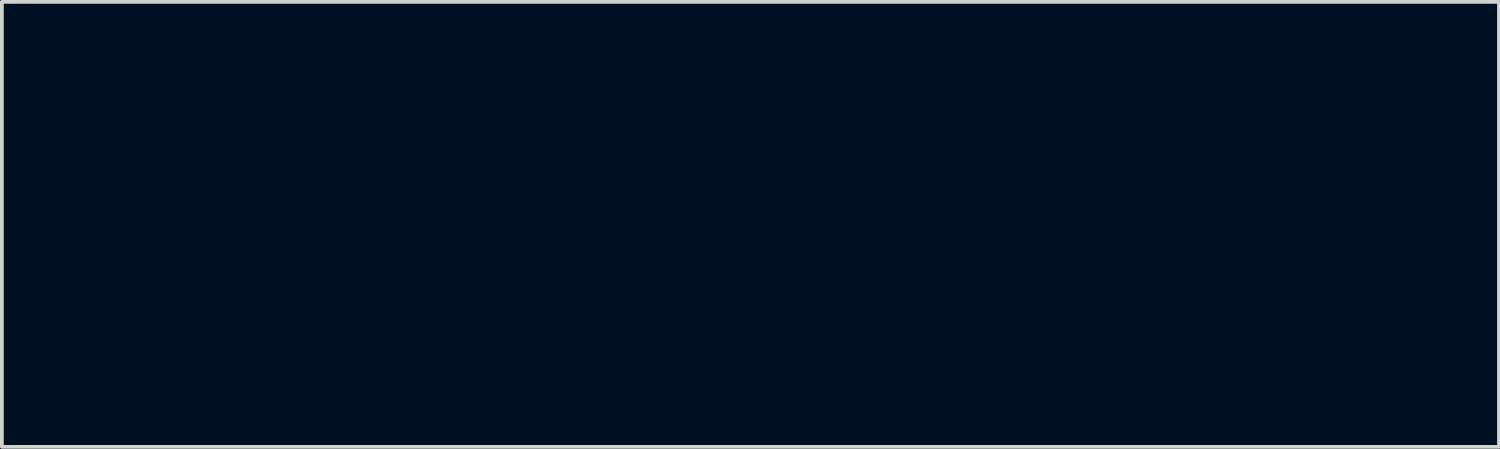
<source format=kicad_pcb>
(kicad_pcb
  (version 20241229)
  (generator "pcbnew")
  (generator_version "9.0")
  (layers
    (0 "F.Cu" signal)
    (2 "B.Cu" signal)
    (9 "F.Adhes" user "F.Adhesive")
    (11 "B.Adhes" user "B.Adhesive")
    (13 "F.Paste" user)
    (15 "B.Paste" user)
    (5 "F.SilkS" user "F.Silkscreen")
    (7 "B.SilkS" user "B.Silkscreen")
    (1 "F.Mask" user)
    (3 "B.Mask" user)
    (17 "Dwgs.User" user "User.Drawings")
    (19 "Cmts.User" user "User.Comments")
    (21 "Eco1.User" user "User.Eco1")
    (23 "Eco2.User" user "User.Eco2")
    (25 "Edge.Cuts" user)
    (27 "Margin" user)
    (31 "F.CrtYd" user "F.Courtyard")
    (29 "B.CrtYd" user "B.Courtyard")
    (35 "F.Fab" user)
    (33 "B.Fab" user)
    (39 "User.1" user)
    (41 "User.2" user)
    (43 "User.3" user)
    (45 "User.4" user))
  (footprint "farmeye_logo_medium_BMask"
    (layer "F.Cu")
    (at 16.989 2.94)
    (property "Reference" "farmeye_logo_medium_BMask" (at 0 0 0) (layer "B.Mask") (effects (font (size 1.524 1.524) (thickness 0.3))))
    (attr through_hole)
    (fp_poly (pts (xy 0.529 -0.032) (xy 0.519 -0.021) (xy 0.508 -0.032) (xy 0.519 -0.042) (xy 0.529 -0.032)) (stroke (width 0.01) (type solid)) (fill yes) (layer "B.Mask"))
    (fp_poly (pts (xy 0.572 -0.032) (xy 0.561 -0.021) (xy 0.55 -0.032) (xy 0.561 -0.042) (xy 0.572 -0.032)) (stroke (width 0.01) (type solid)) (fill yes) (layer "B.Mask"))
    (fp_poly (pts (xy -0.859 -0.477) (xy -0.808 -0.438) (xy -0.769 -0.378) (xy -0.77 -0.323) (xy -0.804 -0.275) (xy -0.865 -0.239) (xy -0.929 -0.239) (xy -0.981 -0.272) (xy -1.013 -0.334) (xy -1.005 -0.4) (xy -0.974 -0.445) (xy -0.916 -0.482) (xy -0.859 -0.477)) (stroke (width 0.01) (type solid)) (fill yes) (layer "B.Mask"))
    (fp_poly (pts (xy -0.327 2.383) (xy -0.278 2.425) (xy -0.251 2.486) (xy -0.259 2.544) (xy -0.294 2.59) (xy -0.35 2.613) (xy -0.402 2.608) (xy -0.455 2.573) (xy -0.482 2.518) (xy -0.48 2.456) (xy -0.448 2.406) (xy -0.388 2.374) (xy -0.327 2.383)) (stroke (width 0.01) (type solid)) (fill yes) (layer "B.Mask"))
    (fp_poly (pts (xy 0.577 -1.895) (xy 0.623 -1.862) (xy 0.651 -1.812) (xy 0.652 -1.754) (xy 0.63 -1.71) (xy 0.575 -1.667) (xy 0.514 -1.665) (xy 0.454 -1.703) (xy 0.416 -1.764) (xy 0.418 -1.824) (xy 0.461 -1.879) (xy 0.52 -1.904) (xy 0.577 -1.895)) (stroke (width 0.01) (type solid)) (fill yes) (layer "B.Mask"))
    (fp_poly (pts (xy 0.799 -1.679) (xy 0.851 -1.626) (xy 0.863 -1.572) (xy 0.837 -1.512) (xy 0.788 -1.469) (xy 0.727 -1.46) (xy 0.669 -1.485) (xy 0.644 -1.512) (xy 0.619 -1.574) (xy 0.632 -1.629) (xy 0.683 -1.679) (xy 0.741 -1.723) (xy 0.799 -1.679)) (stroke (width 0.01) (type solid)) (fill yes) (layer "B.Mask"))
    (fp_poly (pts (xy 1.413 0.564) (xy 1.458 0.618) (xy 1.471 0.678) (xy 1.454 0.732) (xy 1.41 0.771) (xy 1.355 0.783) (xy 1.3 0.77) (xy 1.267 0.746) (xy 1.239 0.684) (xy 1.249 0.62) (xy 1.296 0.564) (xy 1.355 0.521) (xy 1.413 0.564)) (stroke (width 0.01) (type solid)) (fill yes) (layer "B.Mask"))
    (fp_poly (pts (xy 2.051 1.584) (xy 2.103 1.635) (xy 2.146 1.693) (xy 2.103 1.752) (xy 2.055 1.801) (xy 2.007 1.814) (xy 1.947 1.793) (xy 1.901 1.75) (xy 1.885 1.692) (xy 1.9 1.633) (xy 1.934 1.598) (xy 1.997 1.571) (xy 2.051 1.584)) (stroke (width 0.01) (type solid)) (fill yes) (layer "B.Mask"))
    (fp_poly (pts (xy -3.41 0.899) (xy -3.37 0.925) (xy -3.324 0.979) (xy -3.313 1.039) (xy -3.331 1.093) (xy -3.376 1.132) (xy -3.432 1.143) (xy -3.494 1.124) (xy -3.526 1.091) (xy -3.548 1.026) (xy -3.529 0.964) (xy -3.479 0.917) (xy -3.44 0.896) (xy -3.41 0.899)) (stroke (width 0.01) (type solid)) (fill yes) (layer "B.Mask"))
    (fp_poly (pts (xy -3.311 -0.876) (xy -3.257 -0.842) (xy -3.229 -0.799) (xy -3.221 -0.752) (xy -3.239 -0.712) (xy -3.259 -0.688) (xy -3.319 -0.644) (xy -3.375 -0.641) (xy -3.429 -0.677) (xy -3.465 -0.738) (xy -3.464 -0.803) (xy -3.429 -0.857) (xy -3.374 -0.882) (xy -3.311 -0.876)) (stroke (width 0.01) (type solid)) (fill yes) (layer "B.Mask"))
    (fp_poly (pts (xy -2.702 -1.496) (xy -2.646 -1.46) (xy -2.609 -1.403) (xy -2.614 -1.346) (xy -2.652 -1.295) (xy -2.709 -1.256) (xy -2.763 -1.255) (xy -2.798 -1.271) (xy -2.827 -1.305) (xy -2.847 -1.356) (xy -2.845 -1.424) (xy -2.814 -1.474) (xy -2.762 -1.499) (xy -2.702 -1.496)) (stroke (width 0.01) (type solid)) (fill yes) (layer "B.Mask"))
    (fp_poly (pts (xy -2.611 2.703) (xy -2.565 2.741) (xy -2.535 2.805) (xy -2.546 2.866) (xy -2.59 2.911) (xy -2.64 2.938) (xy -2.684 2.934) (xy -2.726 2.909) (xy -2.762 2.862) (xy -2.772 2.801) (xy -2.754 2.746) (xy -2.739 2.729) (xy -2.674 2.696) (xy -2.611 2.703)) (stroke (width 0.01) (type solid)) (fill yes) (layer "B.Mask"))
    (fp_poly (pts (xy -2.501 -0.06) (xy -2.45 -0.033) (xy -2.416 0.012) (xy -2.408 0.069) (xy -2.42 0.105) (xy -2.467 0.158) (xy -2.53 0.176) (xy -2.585 0.162) (xy -2.626 0.12) (xy -2.643 0.06) (xy -2.633 -0.000365) (xy -2.614 -0.029) (xy -2.559 -0.061) (xy -2.501 -0.06)) (stroke (width 0.01) (type solid)) (fill yes) (layer "B.Mask"))
    (fp_poly (pts (xy -2.491 -1.284) (xy -2.442 -1.257) (xy -2.409 -1.211) (xy -2.403 -1.156) (xy -2.421 -1.113) (xy -2.472 -1.064) (xy -2.534 -1.051) (xy -2.574 -1.065) (xy -2.628 -1.113) (xy -2.647 -1.172) (xy -2.628 -1.232) (xy -2.605 -1.258) (xy -2.549 -1.287) (xy -2.491 -1.284)) (stroke (width 0.01) (type solid)) (fill yes) (layer "B.Mask"))
    (fp_poly (pts (xy -2.27 -1.889) (xy -2.228 -1.854) (xy -2.208 -1.803) (xy -2.218 -1.747) (xy -2.262 -1.689) (xy -2.321 -1.666) (xy -2.366 -1.674) (xy -2.421 -1.714) (xy -2.445 -1.773) (xy -2.434 -1.837) (xy -2.426 -1.851) (xy -2.379 -1.893) (xy -2.324 -1.904) (xy -2.27 -1.889)) (stroke (width 0.01) (type solid)) (fill yes) (layer "B.Mask"))
    (fp_poly (pts (xy -2.084 0.352) (xy -2.029 0.386) (xy -2.002 0.429) (xy -1.993 0.476) (xy -2.011 0.515) (xy -2.032 0.539) (xy -2.091 0.584) (xy -2.147 0.586) (xy -2.201 0.55) (xy -2.238 0.489) (xy -2.237 0.424) (xy -2.202 0.371) (xy -2.146 0.345) (xy -2.084 0.352)) (stroke (width 0.01) (type solid)) (fill yes) (layer "B.Mask"))
    (fp_poly (pts (xy -2.076 -0.472) (xy -2.036 -0.438) (xy -1.996 -0.378) (xy -1.998 -0.323) (xy -2.032 -0.275) (xy -2.092 -0.238) (xy -2.156 -0.242) (xy -2.19 -0.262) (xy -2.222 -0.308) (xy -2.229 -0.369) (xy -2.212 -0.428) (xy -2.189 -0.455) (xy -2.13 -0.483) (xy -2.076 -0.472)) (stroke (width 0.01) (type solid)) (fill yes) (layer "B.Mask"))
    (fp_poly (pts (xy -2.058 -1.679) (xy -2.006 -1.626) (xy -1.995 -1.572) (xy -2.02 -1.512) (xy -2.069 -1.471) (xy -2.132 -1.461) (xy -2.192 -1.485) (xy -2.21 -1.501) (xy -2.239 -1.559) (xy -2.228 -1.62) (xy -2.178 -1.677) (xy -2.175 -1.679) (xy -2.117 -1.723) (xy -2.058 -1.679)) (stroke (width 0.01) (type solid)) (fill yes) (layer "B.Mask"))
    (fp_poly (pts (xy -2.037 2.661) (xy -1.995 2.713) (xy -1.983 2.772) (xy -1.997 2.827) (xy -2.037 2.867) (xy -2.088 2.879) (xy -2.14 2.864) (xy -2.181 2.835) (xy -2.215 2.778) (xy -2.208 2.72) (xy -2.159 2.664) (xy -2.154 2.66) (xy -2.095 2.616) (xy -2.037 2.661)) (stroke (width 0.01) (type solid)) (fill yes) (layer "B.Mask"))
    (fp_poly (pts (xy -1.853 -1.074) (xy -1.808 -1.026) (xy -1.79 -0.97) (xy -1.806 -0.917) (xy -1.844 -0.876) (xy -1.896 -0.853) (xy -1.951 -0.855) (xy -1.997 -0.885) (xy -2.029 -0.946) (xy -2.026 -1.01) (xy -1.99 -1.063) (xy -1.98 -1.07) (xy -1.914 -1.093) (xy -1.853 -1.074)) (stroke (width 0.01) (type solid)) (fill yes) (layer "B.Mask"))
    (fp_poly (pts (xy -1.841 -0.66) (xy -1.802 -0.612) (xy -1.794 -0.561) (xy -1.81 -0.494) (xy -1.853 -0.45) (xy -1.911 -0.436) (xy -1.96 -0.451) (xy -2.013 -0.498) (xy -2.033 -0.555) (xy -2.022 -0.611) (xy -1.983 -0.656) (xy -1.919 -0.677) (xy -1.906 -0.677) (xy -1.841 -0.66)) (stroke (width 0.01) (type solid)) (fill yes) (layer "B.Mask"))
    (fp_poly (pts (xy -1.678 0.753) (xy -1.626 0.79) (xy -1.597 0.847) (xy -1.597 0.91) (xy -1.619 0.953) (xy -1.677 0.989) (xy -1.742 0.988) (xy -1.799 0.953) (xy -1.836 0.896) (xy -1.831 0.839) (xy -1.788 0.783) (xy -1.744 0.75) (xy -1.704 0.746) (xy -1.678 0.753)) (stroke (width 0.01) (type solid)) (fill yes) (layer "B.Mask"))
    (fp_poly (pts (xy -1.637 1.828) (xy -1.595 1.851) (xy -1.547 1.904) (xy -1.54 1.962) (xy -1.575 2.021) (xy -1.577 2.024) (xy -1.639 2.067) (xy -1.698 2.068) (xy -1.743 2.036) (xy -1.775 1.973) (xy -1.767 1.908) (xy -1.736 1.863) (xy -1.686 1.826) (xy -1.637 1.828)) (stroke (width 0.01) (type solid)) (fill yes) (layer "B.Mask"))
    (fp_poly (pts (xy -1.273 -1.287) (xy -1.222 -1.261) (xy -1.188 -1.216) (xy -1.18 -1.158) (xy -1.192 -1.123) (xy -1.239 -1.07) (xy -1.302 -1.052) (xy -1.357 -1.066) (xy -1.398 -1.107) (xy -1.415 -1.167) (xy -1.405 -1.228) (xy -1.386 -1.257) (xy -1.331 -1.288) (xy -1.273 -1.287)) (stroke (width 0.01) (type solid)) (fill yes) (layer "B.Mask"))
    (fp_poly (pts (xy -1.254 -0.061) (xy -1.207 -0.025) (xy -1.18 0.031) (xy -1.18 0.085) (xy -1.217 0.137) (xy -1.275 0.165) (xy -1.338 0.164) (xy -1.385 0.136) (xy -1.416 0.081) (xy -1.414 0.023) (xy -1.385 -0.028) (xy -1.337 -0.062) (xy -1.276 -0.068) (xy -1.254 -0.061)) (stroke (width 0.01) (type solid)) (fill yes) (layer "B.Mask"))
    (fp_poly (pts (xy -1.161 2.537) (xy -1.118 2.582) (xy -1.101 2.638) (xy -1.118 2.699) (xy -1.162 2.743) (xy -1.219 2.763) (xy -1.275 2.75) (xy -1.325 2.702) (xy -1.341 2.643) (xy -1.328 2.586) (xy -1.289 2.541) (xy -1.225 2.52) (xy -1.215 2.519) (xy -1.161 2.537)) (stroke (width 0.01) (type solid)) (fill yes) (layer "B.Mask"))
    (fp_poly (pts (xy -1.133 2.065) (xy -1.074 2.098) (xy -1.047 2.151) (xy -1.056 2.213) (xy -1.066 2.232) (xy -1.113 2.277) (xy -1.168 2.281) (xy -1.223 2.253) (xy -1.261 2.206) (xy -1.267 2.152) (xy -1.246 2.103) (xy -1.202 2.07) (xy -1.143 2.063) (xy -1.133 2.065)) (stroke (width 0.01) (type solid)) (fill yes) (layer "B.Mask"))
    (fp_poly (pts (xy -1.041 -2.303) (xy -1 -2.266) (xy -0.977 -2.214) (xy -0.98 -2.158) (xy -1.012 -2.109) (xy -1.073 -2.078) (xy -1.137 -2.081) (xy -1.19 -2.117) (xy -1.197 -2.126) (xy -1.22 -2.192) (xy -1.201 -2.253) (xy -1.153 -2.299) (xy -1.095 -2.317) (xy -1.041 -2.303)) (stroke (width 0.01) (type solid)) (fill yes) (layer "B.Mask"))
    (fp_poly (pts (xy -1.013 -1.466) (xy -0.984 -1.417) (xy -0.98 -1.358) (xy -1.008 -1.3) (xy -1.016 -1.291) (xy -1.074 -1.254) (xy -1.131 -1.259) (xy -1.182 -1.298) (xy -1.219 -1.36) (xy -1.216 -1.419) (xy -1.175 -1.468) (xy -1.126 -1.491) (xy -1.062 -1.494) (xy -1.013 -1.466)) (stroke (width 0.01) (type solid)) (fill yes) (layer "B.Mask"))
    (fp_poly (pts (xy -0.866 0.754) (xy -0.812 0.785) (xy -0.773 0.83) (xy -0.763 0.866) (xy -0.782 0.926) (xy -0.83 0.967) (xy -0.894 0.983) (xy -0.947 0.973) (xy -0.992 0.936) (xy -1.01 0.882) (xy -1.001 0.824) (xy -0.967 0.775) (xy -0.919 0.749) (xy -0.866 0.754)) (stroke (width 0.01) (type solid)) (fill yes) (layer "B.Mask"))
    (fp_poly (pts (xy -0.856 -0.876) (xy -0.802 -0.842) (xy -0.774 -0.799) (xy -0.766 -0.752) (xy -0.783 -0.712) (xy -0.804 -0.688) (xy -0.863 -0.644) (xy -0.92 -0.641) (xy -0.974 -0.677) (xy -1.01 -0.738) (xy -1.009 -0.803) (xy -0.974 -0.857) (xy -0.918 -0.882) (xy -0.856 -0.876)) (stroke (width 0.01) (type solid)) (fill yes) (layer "B.Mask"))
    (fp_poly (pts (xy -0.856 2.183) (xy -0.799 2.227) (xy -0.798 2.228) (xy -0.754 2.286) (xy -0.797 2.344) (xy -0.853 2.396) (xy -0.912 2.406) (xy -0.968 2.381) (xy -1.004 2.335) (xy -1.016 2.275) (xy -1.001 2.221) (xy -0.986 2.203) (xy -0.922 2.174) (xy -0.856 2.183)) (stroke (width 0.01) (type solid)) (fill yes) (layer "B.Mask"))
    (fp_poly (pts (xy -0.808 -2.073) (xy -0.807 -2.072) (xy -0.768 -2.013) (xy -0.771 -1.959) (xy -0.805 -1.915) (xy -0.871 -1.875) (xy -0.932 -1.877) (xy -0.974 -1.905) (xy -1.01 -1.965) (xy -1.009 -2.025) (xy -0.972 -2.076) (xy -0.907 -2.107) (xy -0.854 -2.107) (xy -0.808 -2.073)) (stroke (width 0.01) (type solid)) (fill yes) (layer "B.Mask"))
    (fp_poly (pts (xy -0.624 -1.886) (xy -0.584 -1.837) (xy -0.572 -1.779) (xy -0.589 -1.714) (xy -0.635 -1.674) (xy -0.699 -1.665) (xy -0.736 -1.674) (xy -0.787 -1.711) (xy -0.809 -1.763) (xy -0.803 -1.82) (xy -0.772 -1.869) (xy -0.719 -1.9) (xy -0.684 -1.905) (xy -0.624 -1.886)) (stroke (width 0.01) (type solid)) (fill yes) (layer "B.Mask"))
    (fp_poly (pts (xy -0.621 -2.701) (xy -0.581 -2.651) (xy -0.572 -2.604) (xy -0.588 -2.54) (xy -0.629 -2.497) (xy -0.684 -2.479) (xy -0.741 -2.492) (xy -0.769 -2.515) (xy -0.8 -2.574) (xy -0.799 -2.636) (xy -0.77 -2.688) (xy -0.718 -2.718) (xy -0.686 -2.721) (xy -0.621 -2.701)) (stroke (width 0.01) (type solid)) (fill yes) (layer "B.Mask"))
    (fp_poly (pts (xy -0.011 1.176) (xy 0.029 1.222) (xy 0.039 1.256) (xy 0.029 1.321) (xy -0.008 1.37) (xy -0.061 1.396) (xy -0.12 1.391) (xy -0.14 1.381) (xy -0.183 1.33) (xy -0.194 1.267) (xy -0.173 1.206) (xy -0.128 1.165) (xy -0.068 1.154) (xy -0.011 1.176)) (stroke (width 0.01) (type solid)) (fill yes) (layer "B.Mask"))
    (fp_poly (pts (xy 0.37 0.756) (xy 0.427 0.804) (xy 0.431 0.81) (xy 0.474 0.868) (xy 0.431 0.926) (xy 0.375 0.978) (xy 0.316 0.988) (xy 0.259 0.963) (xy 0.22 0.913) (xy 0.216 0.851) (xy 0.248 0.79) (xy 0.255 0.782) (xy 0.312 0.748) (xy 0.37 0.756)) (stroke (width 0.01) (type solid)) (fill yes) (layer "B.Mask"))
    (fp_poly (pts (xy 0.512 2.189) (xy 0.562 2.231) (xy 0.563 2.233) (xy 0.585 2.297) (xy 0.574 2.356) (xy 0.537 2.4) (xy 0.482 2.419) (xy 0.43 2.411) (xy 0.374 2.371) (xy 0.351 2.312) (xy 0.358 2.259) (xy 0.397 2.204) (xy 0.453 2.181) (xy 0.512 2.189)) (stroke (width 0.01) (type solid)) (fill yes) (layer "B.Mask"))
    (fp_poly (pts (xy 0.775 -0.88) (xy 0.823 -0.849) (xy 0.85 -0.797) (xy 0.854 -0.736) (xy 0.835 -0.682) (xy 0.794 -0.648) (xy 0.739 -0.636) (xy 0.693 -0.654) (xy 0.657 -0.687) (xy 0.624 -0.746) (xy 0.626 -0.805) (xy 0.657 -0.853) (xy 0.71 -0.881) (xy 0.775 -0.88)) (stroke (width 0.01) (type solid)) (fill yes) (layer "B.Mask"))
    (fp_poly (pts (xy 0.821 -0.034) (xy 0.859 0.013) (xy 0.868 0.057) (xy 0.85 0.109) (xy 0.806 0.148) (xy 0.749 0.168) (xy 0.692 0.163) (xy 0.658 0.14) (xy 0.628 0.078) (xy 0.628 0.014) (xy 0.649 -0.025) (xy 0.703 -0.058) (xy 0.764 -0.059) (xy 0.821 -0.034)) (stroke (width 0.01) (type solid)) (fill yes) (layer "B.Mask"))
    (fp_poly (pts (xy 0.969 -2.684) (xy 1.011 -2.647) (xy 1.034 -2.595) (xy 1.031 -2.539) (xy 0.998 -2.49) (xy 0.937 -2.459) (xy 0.873 -2.462) (xy 0.821 -2.498) (xy 0.814 -2.507) (xy 0.791 -2.573) (xy 0.81 -2.634) (xy 0.857 -2.68) (xy 0.916 -2.698) (xy 0.969 -2.684)) (stroke (width 0.01) (type solid)) (fill yes) (layer "B.Mask"))
    (fp_poly (pts (xy 0.996 -1.079) (xy 1.049 -1.032) (xy 1.068 -0.974) (xy 1.056 -0.926) (xy 1.008 -0.868) (xy 0.95 -0.846) (xy 0.891 -0.86) (xy 0.861 -0.885) (xy 0.829 -0.948) (xy 0.837 -1.013) (xy 0.868 -1.058) (xy 0.914 -1.094) (xy 0.957 -1.096) (xy 0.996 -1.079)) (stroke (width 0.01) (type solid)) (fill yes) (layer "B.Mask"))
    (fp_poly (pts (xy 1.218 -0.456) (xy 1.259 -0.407) (xy 1.269 -0.345) (xy 1.246 -0.285) (xy 1.231 -0.268) (xy 1.175 -0.236) (xy 1.116 -0.245) (xy 1.096 -0.256) (xy 1.043 -0.304) (xy 1.028 -0.362) (xy 1.046 -0.413) (xy 1.099 -0.465) (xy 1.162 -0.478) (xy 1.218 -0.456)) (stroke (width 0.01) (type solid)) (fill yes) (layer "B.Mask"))
    (fp_poly (pts (xy 1.584 -2.071) (xy 1.624 -2.032) (xy 1.643 -1.978) (xy 1.633 -1.916) (xy 1.621 -1.894) (xy 1.571 -1.851) (xy 1.511 -1.841) (xy 1.453 -1.865) (xy 1.427 -1.893) (xy 1.405 -1.959) (xy 1.424 -2.021) (xy 1.47 -2.065) (xy 1.53 -2.085) (xy 1.584 -2.071)) (stroke (width 0.01) (type solid)) (fill yes) (layer "B.Mask"))
    (fp_poly (pts (xy 1.618 -0.46) (xy 1.664 -0.413) (xy 1.681 -0.356) (xy 1.666 -0.303) (xy 1.627 -0.262) (xy 1.576 -0.239) (xy 1.52 -0.241) (xy 1.474 -0.272) (xy 1.443 -0.333) (xy 1.446 -0.397) (xy 1.482 -0.449) (xy 1.491 -0.456) (xy 1.557 -0.479) (xy 1.618 -0.46)) (stroke (width 0.01) (type solid)) (fill yes) (layer "B.Mask"))
    (fp_poly (pts (xy 1.765 -2.319) (xy 1.819 -2.277) (xy 1.852 -2.216) (xy 1.844 -2.149) (xy 1.815 -2.101) (xy 1.772 -2.076) (xy 1.715 -2.077) (xy 1.662 -2.101) (xy 1.642 -2.122) (xy 1.617 -2.186) (xy 1.633 -2.248) (xy 1.661 -2.285) (xy 1.712 -2.323) (xy 1.765 -2.319)) (stroke (width 0.01) (type solid)) (fill yes) (layer "B.Mask"))
    (fp_poly (pts (xy 1.8 1.715) (xy 1.854 1.762) (xy 1.872 1.82) (xy 1.86 1.868) (xy 1.813 1.926) (xy 1.754 1.948) (xy 1.695 1.934) (xy 1.665 1.909) (xy 1.633 1.846) (xy 1.641 1.781) (xy 1.672 1.736) (xy 1.718 1.7) (xy 1.762 1.698) (xy 1.8 1.715)) (stroke (width 0.01) (type solid)) (fill yes) (layer "B.Mask"))
    (fp_poly (pts (xy 1.806 -0.263) (xy 1.855 -0.231) (xy 1.88 -0.18) (xy 1.877 -0.12) (xy 1.841 -0.064) (xy 1.791 -0.027) (xy 1.742 -0.029) (xy 1.709 -0.044) (xy 1.66 -0.092) (xy 1.643 -0.151) (xy 1.658 -0.208) (xy 1.702 -0.252) (xy 1.74 -0.266) (xy 1.806 -0.263)) (stroke (width 0.01) (type solid)) (fill yes) (layer "B.Mask"))
    (fp_poly (pts (xy 1.989 -0.057) (xy 2.04 -0.013) (xy 2.06 0.044) (xy 2.05 0.1) (xy 2.013 0.145) (xy 1.955 0.165) (xy 1.89 0.158) (xy 1.855 0.137) (xy 1.823 0.082) (xy 1.824 0.024) (xy 1.851 -0.027) (xy 1.896 -0.061) (xy 1.953 -0.068) (xy 1.989 -0.057)) (stroke (width 0.01) (type solid)) (fill yes) (layer "B.Mask"))
    (fp_poly (pts (xy 2.009 -0.472) (xy 2.049 -0.438) (xy 2.089 -0.378) (xy 2.087 -0.323) (xy 2.053 -0.275) (xy 1.993 -0.238) (xy 1.929 -0.242) (xy 1.895 -0.262) (xy 1.863 -0.308) (xy 1.856 -0.369) (xy 1.873 -0.428) (xy 1.896 -0.455) (xy 1.955 -0.483) (xy 2.009 -0.472)) (stroke (width 0.01) (type solid)) (fill yes) (layer "B.Mask"))
    (fp_poly (pts (xy 2.626 -0.66) (xy 2.664 -0.612) (xy 2.672 -0.561) (xy 2.656 -0.494) (xy 2.613 -0.45) (xy 2.556 -0.436) (xy 2.506 -0.451) (xy 2.453 -0.498) (xy 2.434 -0.555) (xy 2.444 -0.611) (xy 2.483 -0.656) (xy 2.547 -0.677) (xy 2.56 -0.677) (xy 2.626 -0.66)) (stroke (width 0.01) (type solid)) (fill yes) (layer "B.Mask"))
    (fp_poly (pts (xy 2.837 -0.857) (xy 2.873 -0.799) (xy 2.872 -0.734) (xy 2.836 -0.677) (xy 2.78 -0.64) (xy 2.723 -0.645) (xy 2.667 -0.688) (xy 2.634 -0.732) (xy 2.629 -0.773) (xy 2.637 -0.799) (xy 2.674 -0.851) (xy 2.731 -0.88) (xy 2.794 -0.88) (xy 2.837 -0.857)) (stroke (width 0.01) (type solid)) (fill yes) (layer "B.Mask"))
    (fp_poly (pts (xy -4.958 0.751) (xy -4.904 0.789) (xy -4.891 0.807) (xy -4.872 0.851) (xy -4.878 0.887) (xy -4.897 0.918) (xy -4.947 0.962) (xy -5.01 0.973) (xy -5.07 0.951) (xy -5.087 0.935) (xy -5.119 0.874) (xy -5.111 0.812) (xy -5.082 0.774) (xy -5.022 0.745) (xy -4.958 0.751)) (stroke (width 0.01) (type solid)) (fill yes) (layer "B.Mask"))
    (fp_poly (pts (xy -4.658 0.697) (xy -4.657 0.699) (xy -4.621 0.759) (xy -4.62 0.823) (xy -4.653 0.875) (xy -4.713 0.907) (xy -4.774 0.898) (xy -4.824 0.854) (xy -4.859 0.804) (xy -4.863 0.768) (xy -4.836 0.728) (xy -4.816 0.708) (xy -4.76 0.665) (xy -4.71 0.662) (xy -4.658 0.697)) (stroke (width 0.01) (type solid)) (fill yes) (layer "B.Mask"))
    (fp_poly (pts (xy -3.889 0.7) (xy -3.862 0.721) (xy -3.819 0.777) (xy -3.816 0.829) (xy -3.853 0.885) (xy -3.892 0.918) (xy -3.932 0.927) (xy -3.986 0.917) (xy -4.027 0.887) (xy -4.049 0.832) (xy -4.048 0.769) (xy -4.043 0.752) (xy -4.005 0.701) (xy -3.95 0.683) (xy -3.889 0.7)) (stroke (width 0.01) (type solid)) (fill yes) (layer "B.Mask"))
    (fp_poly (pts (xy -3.64 0.791) (xy -3.593 0.821) (xy -3.564 0.866) (xy -3.558 0.918) (xy -3.583 0.968) (xy -3.593 0.978) (xy -3.642 1.014) (xy -3.679 1.024) (xy -3.721 1.014) (xy -3.772 0.975) (xy -3.795 0.918) (xy -3.786 0.857) (xy -3.75 0.81) (xy -3.694 0.785) (xy -3.64 0.791)) (stroke (width 0.01) (type solid)) (fill yes) (layer "B.Mask"))
    (fp_poly (pts (xy -2.889 1.179) (xy -2.844 1.214) (xy -2.807 1.257) (xy -2.794 1.289) (xy -2.812 1.35) (xy -2.857 1.392) (xy -2.916 1.409) (xy -2.977 1.397) (xy -3.006 1.376) (xy -3.039 1.327) (xy -3.038 1.275) (xy -3.009 1.217) (xy -2.964 1.176) (xy -2.929 1.165) (xy -2.889 1.179)) (stroke (width 0.01) (type solid)) (fill yes) (layer "B.Mask"))
    (fp_poly (pts (xy -2.859 -0.446) (xy -2.857 -0.445) (xy -2.821 -0.384) (xy -2.821 -0.32) (xy -2.854 -0.268) (xy -2.916 -0.236) (xy -2.982 -0.244) (xy -3.027 -0.275) (xy -3.063 -0.327) (xy -3.06 -0.377) (xy -3.019 -0.433) (xy -3.017 -0.435) (xy -2.961 -0.478) (xy -2.911 -0.481) (xy -2.859 -0.446)) (stroke (width 0.01) (type solid)) (fill yes) (layer "B.Mask"))
    (fp_poly (pts (xy -2.667 -0.66) (xy -2.626 -0.616) (xy -2.613 -0.557) (xy -2.632 -0.495) (xy -2.642 -0.482) (xy -2.691 -0.452) (xy -2.753 -0.447) (xy -2.807 -0.469) (xy -2.818 -0.48) (xy -2.846 -0.54) (xy -2.84 -0.601) (xy -2.806 -0.651) (xy -2.748 -0.676) (xy -2.73 -0.677) (xy -2.667 -0.66)) (stroke (width 0.01) (type solid)) (fill yes) (layer "B.Mask"))
    (fp_poly (pts (xy -2.611 1.323) (xy -2.567 1.364) (xy -2.556 1.421) (xy -2.581 1.485) (xy -2.586 1.492) (xy -2.641 1.535) (xy -2.701 1.541) (xy -2.756 1.509) (xy -2.759 1.506) (xy -2.79 1.448) (xy -2.787 1.387) (xy -2.757 1.337) (xy -2.704 1.309) (xy -2.681 1.307) (xy -2.611 1.323)) (stroke (width 0.01) (type solid)) (fill yes) (layer "B.Mask"))
    (fp_poly (pts (xy -2.057 -0.047) (xy -2.011 -0.008) (xy -1.99 0.041) (xy -1.99 0.045) (xy -2.007 0.105) (xy -2.052 0.148) (xy -2.111 0.167) (xy -2.172 0.157) (xy -2.209 0.131) (xy -2.239 0.072) (xy -2.234 0.013) (xy -2.198 -0.035) (xy -2.138 -0.061) (xy -2.113 -0.064) (xy -2.057 -0.047)) (stroke (width 0.01) (type solid)) (fill yes) (layer "B.Mask"))
    (fp_poly (pts (xy -1.904 -1.499) (xy -1.859 -1.478) (xy -1.815 -1.436) (xy -1.813 -1.434) (xy -1.77 -1.376) (xy -1.813 -1.318) (xy -1.869 -1.266) (xy -1.928 -1.256) (xy -1.984 -1.281) (xy -2.022 -1.329) (xy -2.03 -1.386) (xy -2.012 -1.442) (xy -1.973 -1.484) (xy -1.917 -1.5) (xy -1.904 -1.499)) (stroke (width 0.01) (type solid)) (fill yes) (layer "B.Mask"))
    (fp_poly (pts (xy -1.897 -2.321) (xy -1.866 -2.305) (xy -1.818 -2.259) (xy -1.801 -2.2) (xy -1.814 -2.142) (xy -1.845 -2.108) (xy -1.897 -2.079) (xy -1.94 -2.081) (xy -1.985 -2.107) (xy -2.025 -2.157) (xy -2.031 -2.218) (xy -2.005 -2.276) (xy -1.977 -2.3) (xy -1.933 -2.323) (xy -1.897 -2.321)) (stroke (width 0.01) (type solid)) (fill yes) (layer "B.Mask"))
    (fp_poly (pts (xy -1.88 1.707) (xy -1.828 1.738) (xy -1.786 1.794) (xy -1.785 1.845) (xy -1.826 1.9) (xy -1.827 1.901) (xy -1.884 1.94) (xy -1.938 1.941) (xy -1.971 1.926) (xy -2.003 1.891) (xy -2.02 1.852) (xy -2.02 1.783) (xy -1.99 1.732) (xy -1.94 1.705) (xy -1.88 1.707)) (stroke (width 0.01) (type solid)) (fill yes) (layer "B.Mask"))
    (fp_poly (pts (xy -1.853 0.154) (xy -1.806 0.204) (xy -1.785 0.243) (xy -1.788 0.274) (xy -1.814 0.313) (xy -1.869 0.362) (xy -1.929 0.376) (xy -1.984 0.355) (xy -1.996 0.343) (xy -2.028 0.282) (xy -2.026 0.218) (xy -1.99 0.165) (xy -1.98 0.157) (xy -1.915 0.135) (xy -1.853 0.154)) (stroke (width 0.01) (type solid)) (fill yes) (layer "B.Mask"))
    (fp_poly (pts (xy -1.744 2.615) (xy -1.724 2.634) (xy -1.681 2.691) (xy -1.678 2.741) (xy -1.713 2.793) (xy -1.714 2.794) (xy -1.775 2.83) (xy -1.839 2.83) (xy -1.891 2.798) (xy -1.923 2.737) (xy -1.914 2.677) (xy -1.87 2.626) (xy -1.82 2.592) (xy -1.784 2.588) (xy -1.744 2.615)) (stroke (width 0.01) (type solid)) (fill yes) (layer "B.Mask"))
    (fp_poly (pts (xy -1.67 -2.103) (xy -1.619 -2.072) (xy -1.59 -2.017) (xy -1.587 -1.99) (xy -1.604 -1.926) (xy -1.647 -1.886) (xy -1.704 -1.872) (xy -1.763 -1.888) (xy -1.799 -1.92) (xy -1.834 -1.975) (xy -1.835 -2.017) (xy -1.801 -2.062) (xy -1.79 -2.073) (xy -1.731 -2.105) (xy -1.67 -2.103)) (stroke (width 0.01) (type solid)) (fill yes) (layer "B.Mask"))
    (fp_poly (pts (xy -1.664 -0.056) (xy -1.615 -0.009) (xy -1.605 0.011) (xy -1.597 0.072) (xy -1.622 0.127) (xy -1.673 0.162) (xy -1.714 0.169) (xy -1.777 0.153) (xy -1.812 0.116) (xy -1.835 0.067) (xy -1.829 0.021) (xy -1.824 0.009) (xy -1.78 -0.047) (xy -1.723 -0.068) (xy -1.664 -0.056)) (stroke (width 0.01) (type solid)) (fill yes) (layer "B.Mask"))
    (fp_poly (pts (xy -1.623 0.377) (xy -1.591 0.44) (xy -1.599 0.505) (xy -1.63 0.55) (xy -1.682 0.587) (xy -1.732 0.584) (xy -1.788 0.542) (xy -1.79 0.541) (xy -1.832 0.484) (xy -1.836 0.434) (xy -1.8 0.382) (xy -1.799 0.381) (xy -1.739 0.345) (xy -1.675 0.345) (xy -1.623 0.377)) (stroke (width 0.01) (type solid)) (fill yes) (layer "B.Mask"))
    (fp_poly (pts (xy -1.477 -1.088) (xy -1.444 -1.065) (xy -1.393 -1.01) (xy -1.382 -0.951) (xy -1.413 -0.894) (xy -1.417 -0.89) (xy -1.478 -0.853) (xy -1.543 -0.853) (xy -1.597 -0.888) (xy -1.622 -0.944) (xy -1.616 -1.007) (xy -1.58 -1.062) (xy -1.554 -1.08) (xy -1.513 -1.096) (xy -1.477 -1.088)) (stroke (width 0.01) (type solid)) (fill yes) (layer "B.Mask"))
    (fp_poly (pts (xy -1.465 -0.667) (xy -1.411 -0.629) (xy -1.399 -0.611) (xy -1.38 -0.567) (xy -1.386 -0.531) (xy -1.404 -0.5) (xy -1.454 -0.456) (xy -1.517 -0.445) (xy -1.578 -0.468) (xy -1.595 -0.483) (xy -1.627 -0.544) (xy -1.618 -0.606) (xy -1.589 -0.644) (xy -1.53 -0.673) (xy -1.465 -0.667)) (stroke (width 0.01) (type solid)) (fill yes) (layer "B.Mask"))
    (fp_poly (pts (xy -1.453 0.557) (xy -1.398 0.611) (xy -1.384 0.673) (xy -1.406 0.731) (xy -1.456 0.773) (xy -1.518 0.782) (xy -1.579 0.759) (xy -1.597 0.743) (xy -1.625 0.685) (xy -1.614 0.624) (xy -1.565 0.567) (xy -1.562 0.565) (xy -1.52 0.538) (xy -1.49 0.536) (xy -1.453 0.557)) (stroke (width 0.01) (type solid)) (fill yes) (layer "B.Mask"))
    (fp_poly (pts (xy -1.446 2.587) (xy -1.432 2.6) (xy -1.401 2.657) (xy -1.405 2.713) (xy -1.435 2.759) (xy -1.483 2.787) (xy -1.542 2.791) (xy -1.597 2.766) (xy -1.627 2.721) (xy -1.634 2.66) (xy -1.615 2.602) (xy -1.609 2.593) (xy -1.562 2.566) (xy -1.502 2.565) (xy -1.446 2.587)) (stroke (width 0.01) (type solid)) (fill yes) (layer "B.Mask"))
    (fp_poly (pts (xy -1.426 -1.47) (xy -1.393 -1.423) (xy -1.386 -1.366) (xy -1.413 -1.307) (xy -1.419 -1.301) (xy -1.476 -1.258) (xy -1.532 -1.254) (xy -1.569 -1.27) (xy -1.608 -1.314) (xy -1.621 -1.374) (xy -1.608 -1.434) (xy -1.572 -1.479) (xy -1.548 -1.491) (xy -1.48 -1.496) (xy -1.426 -1.47)) (stroke (width 0.01) (type solid)) (fill yes) (layer "B.Mask"))
    (fp_poly (pts (xy -1.283 -0.479) (xy -1.254 -0.464) (xy -1.196 -0.415) (xy -1.179 -0.359) (xy -1.201 -0.302) (xy -1.216 -0.285) (xy -1.279 -0.241) (xy -1.337 -0.239) (xy -1.383 -0.272) (xy -1.415 -0.334) (xy -1.411 -0.398) (xy -1.372 -0.452) (xy -1.363 -0.459) (xy -1.319 -0.482) (xy -1.283 -0.479)) (stroke (width 0.01) (type solid)) (fill yes) (layer "B.Mask"))
    (fp_poly (pts (xy -1.245 -2.092) (xy -1.201 -2.05) (xy -1.199 -2.048) (xy -1.156 -1.99) (xy -1.199 -1.932) (xy -1.252 -1.887) (xy -1.314 -1.873) (xy -1.371 -1.891) (xy -1.386 -1.905) (xy -1.414 -1.961) (xy -1.412 -2.022) (xy -1.385 -2.075) (xy -1.338 -2.108) (xy -1.29 -2.113) (xy -1.245 -2.092)) (stroke (width 0.01) (type solid)) (fill yes) (layer "B.Mask"))
    (fp_poly (pts (xy -1.238 -2.501) (xy -1.197 -2.458) (xy -1.181 -2.401) (xy -1.193 -2.342) (xy -1.235 -2.294) (xy -1.246 -2.287) (xy -1.293 -2.268) (xy -1.331 -2.273) (xy -1.371 -2.298) (xy -1.409 -2.346) (xy -1.416 -2.405) (xy -1.396 -2.462) (xy -1.354 -2.504) (xy -1.3 -2.519) (xy -1.238 -2.501)) (stroke (width 0.01) (type solid)) (fill yes) (layer "B.Mask"))
    (fp_poly (pts (xy -1.078 0.541) (xy -1.048 0.559) (xy -1.004 0.602) (xy -0.982 0.647) (xy -0.984 0.707) (xy -1.016 0.752) (xy -1.066 0.778) (xy -1.124 0.781) (xy -1.176 0.755) (xy -1.197 0.731) (xy -1.22 0.666) (xy -1.201 0.604) (xy -1.152 0.558) (xy -1.111 0.536) (xy -1.078 0.541)) (stroke (width 0.01) (type solid)) (fill yes) (layer "B.Mask"))
    (fp_poly (pts (xy -1.009 -0.236) (xy -0.977 -0.174) (xy -0.985 -0.108) (xy -1.016 -0.064) (xy -1.068 -0.027) (xy -1.118 -0.03) (xy -1.174 -0.072) (xy -1.176 -0.073) (xy -1.218 -0.13) (xy -1.222 -0.18) (xy -1.187 -0.232) (xy -1.185 -0.233) (xy -1.125 -0.269) (xy -1.061 -0.269) (xy -1.009 -0.236)) (stroke (width 0.01) (type solid)) (fill yes) (layer "B.Mask"))
    (fp_poly (pts (xy -0.852 -0.053) (xy -0.798 -0.015) (xy -0.785 0.003) (xy -0.766 0.047) (xy -0.772 0.083) (xy -0.79 0.114) (xy -0.841 0.158) (xy -0.904 0.169) (xy -0.964 0.146) (xy -0.981 0.131) (xy -1.013 0.07) (xy -1.005 0.008) (xy -0.976 -0.03) (xy -0.916 -0.059) (xy -0.852 -0.053)) (stroke (width 0.01) (type solid)) (fill yes) (layer "B.Mask"))
    (fp_poly (pts (xy -0.669 0.135) (xy -0.638 0.15) (xy -0.588 0.199) (xy -0.575 0.241) (xy -0.584 0.306) (xy -0.619 0.354) (xy -0.671 0.378) (xy -0.728 0.372) (xy -0.769 0.342) (xy -0.802 0.28) (xy -0.797 0.216) (xy -0.758 0.162) (xy -0.749 0.155) (xy -0.705 0.132) (xy -0.669 0.135)) (stroke (width 0.01) (type solid)) (fill yes) (layer "B.Mask"))
    (fp_poly (pts (xy -0.638 0.555) (xy -0.633 0.558) (xy -0.591 0.599) (xy -0.574 0.659) (xy -0.584 0.72) (xy -0.604 0.749) (xy -0.657 0.777) (xy -0.719 0.78) (xy -0.754 0.767) (xy -0.798 0.718) (xy -0.809 0.662) (xy -0.793 0.607) (xy -0.755 0.565) (xy -0.702 0.544) (xy -0.638 0.555)) (stroke (width 0.01) (type solid)) (fill yes) (layer "B.Mask"))
    (fp_poly (pts (xy -0.628 -1.485) (xy -0.59 -1.441) (xy -0.574 -1.383) (xy -0.584 -1.324) (xy -0.619 -1.282) (xy -0.661 -1.257) (xy -0.688 -1.249) (xy -0.721 -1.26) (xy -0.757 -1.282) (xy -0.795 -1.33) (xy -0.802 -1.389) (xy -0.782 -1.446) (xy -0.74 -1.488) (xy -0.684 -1.503) (xy -0.628 -1.485)) (stroke (width 0.01) (type solid)) (fill yes) (layer "B.Mask"))
    (fp_poly (pts (xy -0.628 0.97) (xy -0.59 1.015) (xy -0.574 1.073) (xy -0.584 1.131) (xy -0.619 1.174) (xy -0.661 1.198) (xy -0.688 1.206) (xy -0.721 1.195) (xy -0.757 1.174) (xy -0.795 1.125) (xy -0.802 1.067) (xy -0.782 1.01) (xy -0.74 0.967) (xy -0.684 0.953) (xy -0.628 0.97)) (stroke (width 0.01) (type solid)) (fill yes) (layer "B.Mask"))
    (fp_poly (pts (xy -0.464 -2.93) (xy -0.434 -2.913) (xy -0.391 -2.869) (xy -0.368 -2.825) (xy -0.37 -2.765) (xy -0.402 -2.72) (xy -0.453 -2.693) (xy -0.51 -2.691) (xy -0.563 -2.716) (xy -0.583 -2.74) (xy -0.606 -2.806) (xy -0.587 -2.867) (xy -0.538 -2.913) (xy -0.497 -2.935) (xy -0.464 -2.93)) (stroke (width 0.01) (type solid)) (fill yes) (layer "B.Mask"))
    (fp_poly (pts (xy -0.464 1.155) (xy -0.434 1.173) (xy -0.391 1.216) (xy -0.368 1.261) (xy -0.37 1.32) (xy -0.402 1.366) (xy -0.453 1.392) (xy -0.51 1.395) (xy -0.563 1.369) (xy -0.583 1.345) (xy -0.606 1.279) (xy -0.587 1.218) (xy -0.538 1.172) (xy -0.497 1.15) (xy -0.464 1.155)) (stroke (width 0.01) (type solid)) (fill yes) (layer "B.Mask"))
    (fp_poly (pts (xy -0.435 -1.694) (xy -0.387 -1.649) (xy -0.367 -1.588) (xy -0.377 -1.526) (xy -0.393 -1.501) (xy -0.45 -1.466) (xy -0.515 -1.468) (xy -0.573 -1.504) (xy -0.607 -1.561) (xy -0.599 -1.619) (xy -0.551 -1.675) (xy -0.545 -1.679) (xy -0.501 -1.707) (xy -0.466 -1.708) (xy -0.435 -1.694)) (stroke (width 0.01) (type solid)) (fill yes) (layer "B.Mask"))
    (fp_poly (pts (xy -0.415 -2.086) (xy -0.389 -2.063) (xy -0.363 -2.002) (xy -0.371 -1.945) (xy -0.404 -1.9) (xy -0.454 -1.875) (xy -0.511 -1.876) (xy -0.567 -1.911) (xy -0.57 -1.914) (xy -0.607 -1.969) (xy -0.606 -2.021) (xy -0.582 -2.062) (xy -0.535 -2.094) (xy -0.473 -2.102) (xy -0.415 -2.086)) (stroke (width 0.01) (type solid)) (fill yes) (layer "B.Mask"))
    (fp_poly (pts (xy -0.253 0.541) (xy -0.224 0.558) (xy -0.17 0.612) (xy -0.157 0.674) (xy -0.179 0.731) (xy -0.228 0.773) (xy -0.29 0.782) (xy -0.351 0.758) (xy -0.37 0.742) (xy -0.396 0.686) (xy -0.385 0.624) (xy -0.342 0.569) (xy -0.328 0.559) (xy -0.286 0.537) (xy -0.253 0.541)) (stroke (width 0.01) (type solid)) (fill yes) (layer "B.Mask"))
    (fp_poly (pts (xy -0.23 -2.707) (xy -0.192 -2.679) (xy -0.154 -2.626) (xy -0.158 -2.573) (xy -0.197 -2.523) (xy -0.241 -2.487) (xy -0.279 -2.48) (xy -0.329 -2.499) (xy -0.339 -2.504) (xy -0.384 -2.546) (xy -0.401 -2.603) (xy -0.388 -2.661) (xy -0.356 -2.696) (xy -0.291 -2.722) (xy -0.23 -2.707)) (stroke (width 0.01) (type solid)) (fill yes) (layer "B.Mask"))
    (fp_poly (pts (xy -0.211 -2.296) (xy -0.174 -2.252) (xy -0.159 -2.195) (xy -0.173 -2.135) (xy -0.179 -2.126) (xy -0.228 -2.085) (xy -0.29 -2.075) (xy -0.35 -2.098) (xy -0.367 -2.113) (xy -0.401 -2.175) (xy -0.394 -2.236) (xy -0.349 -2.289) (xy -0.321 -2.306) (xy -0.263 -2.317) (xy -0.211 -2.296)) (stroke (width 0.01) (type solid)) (fill yes) (layer "B.Mask"))
    (fp_poly (pts (xy -0.015 -2.501) (xy 0.023 -2.457) (xy 0.04 -2.399) (xy 0.03 -2.341) (xy -0.005 -2.298) (xy -0.056 -2.27) (xy -0.1 -2.272) (xy -0.134 -2.288) (xy -0.181 -2.335) (xy -0.196 -2.394) (xy -0.182 -2.452) (xy -0.142 -2.497) (xy -0.08 -2.518) (xy -0.072 -2.519) (xy -0.015 -2.501)) (stroke (width 0.01) (type solid)) (fill yes) (layer "B.Mask"))
    (fp_poly (pts (xy -0.006 -2.911) (xy 0.029 -2.867) (xy 0.043 -2.811) (xy 0.028 -2.754) (xy 0.004 -2.723) (xy -0.054 -2.693) (xy -0.116 -2.693) (xy -0.14 -2.704) (xy -0.183 -2.755) (xy -0.194 -2.817) (xy -0.173 -2.877) (xy -0.122 -2.922) (xy -0.118 -2.924) (xy -0.057 -2.934) (xy -0.006 -2.911)) (stroke (width 0.01) (type solid)) (fill yes) (layer "B.Mask"))
    (fp_poly (pts (xy -0.005 -0.042) (xy 0.031 0.004) (xy 0.043 0.061) (xy 0.024 0.118) (xy 0.009 0.136) (xy -0.038 0.161) (xy -0.096 0.168) (xy -0.147 0.156) (xy -0.163 0.143) (xy -0.194 0.077) (xy -0.191 0.011) (xy -0.157 -0.041) (xy -0.122 -0.061) (xy -0.059 -0.067) (xy -0.005 -0.042)) (stroke (width 0.01) (type solid)) (fill yes) (layer "B.Mask"))
    (fp_poly (pts (xy -0.005 0.372) (xy 0.035 0.424) (xy 0.042 0.466) (xy 0.024 0.531) (xy -0.005 0.56) (xy -0.057 0.588) (xy -0.1 0.585) (xy -0.141 0.562) (xy -0.189 0.509) (xy -0.196 0.451) (xy -0.161 0.392) (xy -0.158 0.389) (xy -0.106 0.348) (xy -0.059 0.343) (xy -0.005 0.372)) (stroke (width 0.01) (type solid)) (fill yes) (layer "B.Mask"))
    (fp_poly (pts (xy -0.001 -2.088) (xy 0.034 -2.036) (xy 0.042 -1.986) (xy 0.026 -1.923) (xy -0.017 -1.883) (xy -0.073 -1.871) (xy -0.133 -1.888) (xy -0.171 -1.923) (xy -0.203 -1.967) (xy -0.207 -2) (xy -0.185 -2.039) (xy -0.168 -2.061) (xy -0.113 -2.104) (xy -0.054 -2.112) (xy -0.001 -2.088)) (stroke (width 0.01) (type solid)) (fill yes) (layer "B.Mask"))
    (fp_poly (pts (xy 0.178 -2.3) (xy 0.222 -2.256) (xy 0.246 -2.211) (xy 0.243 -2.151) (xy 0.211 -2.106) (xy 0.161 -2.079) (xy 0.104 -2.077) (xy 0.051 -2.102) (xy 0.03 -2.126) (xy 0.005 -2.189) (xy 0.018 -2.243) (xy 0.068 -2.292) (xy 0.109 -2.32) (xy 0.14 -2.321) (xy 0.178 -2.3)) (stroke (width 0.01) (type solid)) (fill yes) (layer "B.Mask"))
    (fp_poly (pts (xy 0.243 2.256) (xy 0.287 2.289) (xy 0.308 2.343) (xy 0.308 2.358) (xy 0.288 2.424) (xy 0.244 2.465) (xy 0.188 2.478) (xy 0.13 2.46) (xy 0.092 2.421) (xy 0.068 2.377) (xy 0.071 2.341) (xy 0.087 2.31) (xy 0.131 2.264) (xy 0.187 2.247) (xy 0.243 2.256)) (stroke (width 0.01) (type solid)) (fill yes) (layer "B.Mask"))
    (fp_poly (pts (xy 0.356 -1.706) (xy 0.412 -1.664) (xy 0.414 -1.663) (xy 0.456 -1.606) (xy 0.46 -1.556) (xy 0.425 -1.504) (xy 0.423 -1.503) (xy 0.363 -1.467) (xy 0.299 -1.466) (xy 0.247 -1.499) (xy 0.215 -1.561) (xy 0.223 -1.627) (xy 0.254 -1.672) (xy 0.306 -1.708) (xy 0.356 -1.706)) (stroke (width 0.01) (type solid)) (fill yes) (layer "B.Mask"))
    (fp_poly (pts (xy 0.388 -0.056) (xy 0.438 -0.003) (xy 0.443 0.005) (xy 0.458 0.064) (xy 0.441 0.114) (xy 0.401 0.152) (xy 0.348 0.17) (xy 0.293 0.162) (xy 0.246 0.124) (xy 0.245 0.122) (xy 0.215 0.058) (xy 0.225 0.004) (xy 0.266 -0.04) (xy 0.329 -0.068) (xy 0.388 -0.056)) (stroke (width 0.01) (type solid)) (fill yes) (layer "B.Mask"))
    (fp_poly (pts (xy 0.389 1.171) (xy 0.443 1.225) (xy 0.457 1.287) (xy 0.435 1.345) (xy 0.386 1.387) (xy 0.323 1.396) (xy 0.263 1.373) (xy 0.245 1.356) (xy 0.217 1.299) (xy 0.228 1.237) (xy 0.277 1.181) (xy 0.279 1.179) (xy 0.321 1.152) (xy 0.352 1.15) (xy 0.389 1.171)) (stroke (width 0.01) (type solid)) (fill yes) (layer "B.Mask"))
    (fp_poly (pts (xy 0.571 0.552) (xy 0.621 0.582) (xy 0.651 0.635) (xy 0.656 0.669) (xy 0.638 0.726) (xy 0.593 0.765) (xy 0.535 0.781) (xy 0.476 0.766) (xy 0.462 0.757) (xy 0.421 0.702) (xy 0.42 0.635) (xy 0.426 0.619) (xy 0.462 0.568) (xy 0.515 0.546) (xy 0.571 0.552)) (stroke (width 0.01) (type solid)) (fill yes) (layer "B.Mask"))
    (fp_poly (pts (xy 0.8 -0.466) (xy 0.84 -0.416) (xy 0.854 -0.357) (xy 0.837 -0.289) (xy 0.795 -0.247) (xy 0.738 -0.235) (xy 0.677 -0.258) (xy 0.656 -0.275) (xy 0.625 -0.32) (xy 0.614 -0.356) (xy 0.63 -0.399) (xy 0.669 -0.445) (xy 0.714 -0.479) (xy 0.742 -0.486) (xy 0.8 -0.466)) (stroke (width 0.01) (type solid)) (fill yes) (layer "B.Mask"))
    (fp_poly (pts (xy 0.962 -1.494) (xy 1.013 -1.467) (xy 1.051 -1.427) (xy 1.073 -1.388) (xy 1.07 -1.357) (xy 1.044 -1.316) (xy 0.988 -1.265) (xy 0.928 -1.256) (xy 0.873 -1.281) (xy 0.835 -1.329) (xy 0.826 -1.386) (xy 0.844 -1.44) (xy 0.882 -1.482) (xy 0.936 -1.498) (xy 0.962 -1.494)) (stroke (width 0.01) (type solid)) (fill yes) (layer "B.Mask"))
    (fp_poly (pts (xy 0.969 -0.266) (xy 1.03 -0.235) (xy 1.062 -0.184) (xy 1.063 -0.126) (xy 1.033 -0.071) (xy 0.996 -0.043) (xy 0.95 -0.024) (xy 0.912 -0.03) (xy 0.873 -0.054) (xy 0.832 -0.103) (xy 0.825 -0.16) (xy 0.844 -0.214) (xy 0.886 -0.254) (xy 0.945 -0.269) (xy 0.969 -0.266)) (stroke (width 0.01) (type solid)) (fill yes) (layer "B.Mask"))
    (fp_poly (pts (xy 0.991 0.141) (xy 1.036 0.183) (xy 1.07 0.233) (xy 1.074 0.269) (xy 1.047 0.309) (xy 1.028 0.329) (xy 0.965 0.373) (xy 0.907 0.375) (xy 0.861 0.342) (xy 0.83 0.282) (xy 0.831 0.218) (xy 0.865 0.166) (xy 0.873 0.16) (xy 0.936 0.13) (xy 0.991 0.141)) (stroke (width 0.01) (type solid)) (fill yes) (layer "B.Mask"))
    (fp_poly (pts (xy 0.999 0.558) (xy 1.048 0.599) (xy 1.062 0.623) (xy 1.071 0.683) (xy 1.048 0.735) (xy 1.004 0.77) (xy 0.948 0.783) (xy 0.891 0.769) (xy 0.861 0.744) (xy 0.833 0.698) (xy 0.826 0.665) (xy 0.843 0.602) (xy 0.885 0.562) (xy 0.941 0.546) (xy 0.999 0.558)) (stroke (width 0.01) (type solid)) (fill yes) (layer "B.Mask"))
    (fp_poly (pts (xy 1.015 2.022) (xy 1.049 2.041) (xy 1.104 2.092) (xy 1.12 2.144) (xy 1.108 2.176) (xy 1.066 2.221) (xy 1.014 2.248) (xy 0.974 2.249) (xy 0.92 2.213) (xy 0.893 2.158) (xy 0.897 2.099) (xy 0.932 2.048) (xy 0.942 2.041) (xy 0.983 2.018) (xy 1.015 2.022)) (stroke (width 0.01) (type solid)) (fill yes) (layer "B.Mask"))
    (fp_poly (pts (xy 1.204 -1.277) (xy 1.235 -1.252) (xy 1.265 -1.194) (xy 1.262 -1.135) (xy 1.232 -1.086) (xy 1.181 -1.056) (xy 1.118 -1.056) (xy 1.106 -1.06) (xy 1.061 -1.093) (xy 1.034 -1.131) (xy 1.025 -1.191) (xy 1.047 -1.243) (xy 1.092 -1.278) (xy 1.147 -1.291) (xy 1.204 -1.277)) (stroke (width 0.01) (type solid)) (fill yes) (layer "B.Mask"))
    (fp_poly (pts (xy 1.212 0.356) (xy 1.251 0.4) (xy 1.268 0.458) (xy 1.258 0.517) (xy 1.223 0.56) (xy 1.171 0.588) (xy 1.128 0.586) (xy 1.096 0.57) (xy 1.046 0.522) (xy 1.029 0.463) (xy 1.042 0.406) (xy 1.082 0.36) (xy 1.146 0.339) (xy 1.156 0.339) (xy 1.212 0.356)) (stroke (width 0.01) (type solid)) (fill yes) (layer "B.Mask"))
    (fp_poly (pts (xy 1.269 1.943) (xy 1.321 1.972) (xy 1.351 2.02) (xy 1.355 2.043) (xy 1.337 2.101) (xy 1.294 2.14) (xy 1.239 2.156) (xy 1.183 2.142) (xy 1.159 2.122) (xy 1.139 2.073) (xy 1.138 2.014) (xy 1.158 1.966) (xy 1.16 1.964) (xy 1.211 1.939) (xy 1.269 1.943)) (stroke (width 0.01) (type solid)) (fill yes) (layer "B.Mask"))
    (fp_poly (pts (xy 1.389 -2.269) (xy 1.431 -2.226) (xy 1.447 -2.17) (xy 1.434 -2.111) (xy 1.39 -2.062) (xy 1.377 -2.054) (xy 1.331 -2.035) (xy 1.293 -2.041) (xy 1.254 -2.065) (xy 1.216 -2.113) (xy 1.209 -2.172) (xy 1.228 -2.229) (xy 1.27 -2.271) (xy 1.325 -2.286) (xy 1.389 -2.269)) (stroke (width 0.01) (type solid)) (fill yes) (layer "B.Mask"))
    (fp_poly (pts (xy 1.418 -0.66) (xy 1.459 -0.616) (xy 1.472 -0.557) (xy 1.453 -0.495) (xy 1.443 -0.482) (xy 1.394 -0.452) (xy 1.332 -0.447) (xy 1.279 -0.469) (xy 1.267 -0.48) (xy 1.239 -0.54) (xy 1.245 -0.601) (xy 1.28 -0.651) (xy 1.337 -0.676) (xy 1.355 -0.677) (xy 1.418 -0.66)) (stroke (width 0.01) (type solid)) (fill yes) (layer "B.Mask"))
    (fp_poly (pts (xy 1.433 -1.054) (xy 1.436 -1.052) (xy 1.474 -0.996) (xy 1.475 -0.943) (xy 1.449 -0.894) (xy 1.405 -0.859) (xy 1.347 -0.846) (xy 1.294 -0.857) (xy 1.275 -0.873) (xy 1.239 -0.943) (xy 1.244 -1.008) (xy 1.272 -1.05) (xy 1.327 -1.092) (xy 1.379 -1.094) (xy 1.433 -1.054)) (stroke (width 0.01) (type solid)) (fill yes) (layer "B.Mask"))
    (fp_poly (pts (xy 1.549 1.833) (xy 1.593 1.876) (xy 1.603 1.894) (xy 1.615 1.95) (xy 1.595 1.999) (xy 1.552 2.035) (xy 1.497 2.052) (xy 1.441 2.042) (xy 1.409 2.02) (xy 1.379 1.965) (xy 1.381 1.906) (xy 1.411 1.854) (xy 1.461 1.824) (xy 1.488 1.821) (xy 1.549 1.833)) (stroke (width 0.01) (type solid)) (fill yes) (layer "B.Mask"))
    (fp_poly (pts (xy 1.613 -0.056) (xy 1.662 -0.015) (xy 1.675 0.009) (xy 1.685 0.07) (xy 1.662 0.121) (xy 1.618 0.156) (xy 1.562 0.17) (xy 1.505 0.155) (xy 1.474 0.131) (xy 1.447 0.084) (xy 1.44 0.051) (xy 1.457 -0.012) (xy 1.499 -0.052) (xy 1.555 -0.068) (xy 1.613 -0.056)) (stroke (width 0.01) (type solid)) (fill yes) (layer "B.Mask"))
    (fp_poly (pts (xy 1.622 0.356) (xy 1.664 0.399) (xy 1.679 0.455) (xy 1.667 0.514) (xy 1.623 0.563) (xy 1.61 0.571) (xy 1.564 0.59) (xy 1.526 0.584) (xy 1.486 0.56) (xy 1.449 0.512) (xy 1.442 0.453) (xy 1.461 0.396) (xy 1.503 0.353) (xy 1.557 0.339) (xy 1.622 0.356)) (stroke (width 0.01) (type solid)) (fill yes) (layer "B.Mask"))
    (fp_poly (pts (xy 1.818 -0.663) (xy 1.849 -0.639) (xy 1.88 -0.579) (xy 1.874 -0.519) (xy 1.847 -0.483) (xy 1.798 -0.446) (xy 1.761 -0.436) (xy 1.72 -0.446) (xy 1.674 -0.479) (xy 1.648 -0.517) (xy 1.638 -0.578) (xy 1.661 -0.629) (xy 1.705 -0.664) (xy 1.761 -0.678) (xy 1.818 -0.663)) (stroke (width 0.01) (type solid)) (fill yes) (layer "B.Mask"))
    (fp_poly (pts (xy 1.837 0.16) (xy 1.875 0.209) (xy 1.882 0.272) (xy 1.859 0.331) (xy 1.845 0.346) (xy 1.789 0.377) (xy 1.733 0.368) (xy 1.682 0.329) (xy 1.642 0.284) (xy 1.634 0.248) (xy 1.656 0.205) (xy 1.674 0.183) (xy 1.726 0.137) (xy 1.781 0.132) (xy 1.837 0.16)) (stroke (width 0.01) (type solid)) (fill yes) (layer "B.Mask"))
    (fp_poly (pts (xy 1.999 -1.688) (xy 2.045 -1.64) (xy 2.066 -1.594) (xy 2.057 -1.552) (xy 2.052 -1.541) (xy 2.005 -1.48) (xy 1.95 -1.461) (xy 1.884 -1.482) (xy 1.867 -1.493) (xy 1.828 -1.543) (xy 1.821 -1.604) (xy 1.847 -1.661) (xy 1.872 -1.684) (xy 1.938 -1.706) (xy 1.999 -1.688)) (stroke (width 0.01) (type solid)) (fill yes) (layer "B.Mask"))
    (fp_poly (pts (xy 2.199 -1.891) (xy 2.23 -1.866) (xy 2.26 -1.808) (xy 2.257 -1.749) (xy 2.226 -1.699) (xy 2.176 -1.67) (xy 2.113 -1.67) (xy 2.101 -1.674) (xy 2.055 -1.707) (xy 2.029 -1.745) (xy 2.019 -1.805) (xy 2.042 -1.856) (xy 2.086 -1.892) (xy 2.142 -1.905) (xy 2.199 -1.891)) (stroke (width 0.01) (type solid)) (fill yes) (layer "B.Mask"))
    (fp_poly (pts (xy 2.314 1.436) (xy 2.352 1.48) (xy 2.368 1.538) (xy 2.358 1.597) (xy 2.324 1.639) (xy 2.281 1.664) (xy 2.254 1.672) (xy 2.221 1.661) (xy 2.185 1.639) (xy 2.147 1.591) (xy 2.14 1.532) (xy 2.16 1.475) (xy 2.202 1.433) (xy 2.258 1.418) (xy 2.314 1.436)) (stroke (width 0.01) (type solid)) (fill yes) (layer "B.Mask"))
    (fp_poly (pts (xy 2.828 1.12) (xy 2.871 1.167) (xy 2.873 1.171) (xy 2.883 1.235) (xy 2.86 1.291) (xy 2.813 1.329) (xy 2.75 1.34) (xy 2.715 1.332) (xy 2.674 1.297) (xy 2.651 1.241) (xy 2.653 1.184) (xy 2.66 1.168) (xy 2.71 1.12) (xy 2.77 1.104) (xy 2.828 1.12)) (stroke (width 0.01) (type solid)) (fill yes) (layer "B.Mask"))
    (fp_poly (pts (xy 2.888 -1.199) (xy 2.932 -1.155) (xy 2.955 -1.11) (xy 2.953 -1.05) (xy 2.921 -1.005) (xy 2.871 -0.979) (xy 2.813 -0.976) (xy 2.761 -1.001) (xy 2.74 -1.026) (xy 2.714 -1.088) (xy 2.728 -1.142) (xy 2.777 -1.192) (xy 2.819 -1.219) (xy 2.849 -1.221) (xy 2.888 -1.199)) (stroke (width 0.01) (type solid)) (fill yes) (layer "B.Mask"))
    (fp_poly (pts (xy 4.284 0.283) (xy 4.315 0.298) (xy 4.365 0.347) (xy 4.378 0.389) (xy 4.369 0.454) (xy 4.334 0.502) (xy 4.282 0.526) (xy 4.225 0.52) (xy 4.184 0.49) (xy 4.151 0.428) (xy 4.156 0.364) (xy 4.195 0.31) (xy 4.204 0.303) (xy 4.248 0.28) (xy 4.284 0.283)) (stroke (width 0.01) (type solid)) (fill yes) (layer "B.Mask"))
    (fp_poly (pts (xy 4.87 0.245) (xy 4.9 0.262) (xy 4.943 0.306) (xy 4.966 0.35) (xy 4.964 0.41) (xy 4.932 0.455) (xy 4.881 0.482) (xy 4.824 0.484) (xy 4.771 0.459) (xy 4.751 0.435) (xy 4.728 0.369) (xy 4.747 0.308) (xy 4.796 0.262) (xy 4.837 0.24) (xy 4.87 0.245)) (stroke (width 0.01) (type solid)) (fill yes) (layer "B.Mask"))
    (fp_poly (pts (xy -3.083 1.076) (xy -3.049 1.138) (xy -3.056 1.199) (xy -3.101 1.252) (xy -3.126 1.267) (xy -3.168 1.286) (xy -3.197 1.285) (xy -3.231 1.258) (xy -3.25 1.239) (xy -3.293 1.183) (xy -3.296 1.133) (xy -3.261 1.081) (xy -3.26 1.079) (xy -3.199 1.043) (xy -3.135 1.043) (xy -3.083 1.076)) (stroke (width 0.01) (type solid)) (fill yes) (layer "B.Mask"))
    (fp_poly (pts (xy -2.985 -1.217) (xy -2.955 -1.199) (xy -2.912 -1.151) (xy -2.901 -1.092) (xy -2.918 -1.034) (xy -2.96 -0.991) (xy -3.022 -0.974) (xy -3.065 -0.989) (xy -3.108 -1.027) (xy -3.109 -1.028) (xy -3.138 -1.091) (xy -3.125 -1.15) (xy -3.072 -1.2) (xy -3.064 -1.205) (xy -3.021 -1.224) (xy -2.985 -1.217)) (stroke (width 0.01) (type solid)) (fill yes) (layer "B.Mask"))
    (fp_poly (pts (xy -2.27 -1.083) (xy -2.231 -1.041) (xy -2.205 -0.991) (xy -2.201 -0.966) (xy -2.219 -0.908) (xy -2.264 -0.866) (xy -2.321 -0.847) (xy -2.379 -0.86) (xy -2.383 -0.863) (xy -2.425 -0.909) (xy -2.443 -0.968) (xy -2.434 -1.016) (xy -2.394 -1.062) (xy -2.339 -1.094) (xy -2.309 -1.101) (xy -2.27 -1.083)) (stroke (width 0.01) (type solid)) (fill yes) (layer "B.Mask"))
    (fp_poly (pts (xy -2.061 -0.872) (xy -2.055 -0.869) (xy -2.01 -0.827) (xy -1.996 -0.773) (xy -2.009 -0.719) (xy -2.044 -0.673) (xy -2.095 -0.644) (xy -2.157 -0.643) (xy -2.176 -0.649) (xy -2.211 -0.683) (xy -2.229 -0.74) (xy -2.227 -0.802) (xy -2.223 -0.814) (xy -2.185 -0.862) (xy -2.126 -0.883) (xy -2.061 -0.872)) (stroke (width 0.01) (type solid)) (fill yes) (layer "B.Mask"))
    (fp_poly (pts (xy -1.667 -0.473) (xy -1.63 -0.445) (xy -1.593 -0.385) (xy -1.591 -0.325) (xy -1.618 -0.275) (xy -1.667 -0.244) (xy -1.732 -0.241) (xy -1.757 -0.249) (xy -1.802 -0.281) (xy -1.834 -0.329) (xy -1.841 -0.356) (xy -1.826 -0.392) (xy -1.788 -0.435) (xy -1.743 -0.472) (xy -1.705 -0.487) (xy -1.667 -0.473)) (stroke (width 0.01) (type solid)) (fill yes) (layer "B.Mask"))
    (fp_poly (pts (xy -1.353 1.965) (xy -1.308 2) (xy -1.276 2.043) (xy -1.27 2.068) (xy -1.287 2.109) (xy -1.328 2.15) (xy -1.376 2.177) (xy -1.395 2.18) (xy -1.443 2.166) (xy -1.47 2.147) (xy -1.5 2.092) (xy -1.496 2.033) (xy -1.462 1.984) (xy -1.402 1.955) (xy -1.396 1.954) (xy -1.353 1.965)) (stroke (width 0.01) (type solid)) (fill yes) (layer "B.Mask"))
    (fp_poly (pts (xy -1.283 -1.707) (xy -1.254 -1.692) (xy -1.197 -1.643) (xy -1.18 -1.584) (xy -1.204 -1.522) (xy -1.209 -1.515) (xy -1.264 -1.471) (xy -1.325 -1.464) (xy -1.38 -1.496) (xy -1.383 -1.499) (xy -1.415 -1.561) (xy -1.411 -1.626) (xy -1.372 -1.68) (xy -1.363 -1.686) (xy -1.319 -1.71) (xy -1.283 -1.707)) (stroke (width 0.01) (type solid)) (fill yes) (layer "B.Mask"))
    (fp_poly (pts (xy -1.283 0.749) (xy -1.254 0.763) (xy -1.197 0.813) (xy -1.18 0.871) (xy -1.204 0.933) (xy -1.209 0.941) (xy -1.264 0.984) (xy -1.325 0.991) (xy -1.38 0.959) (xy -1.383 0.956) (xy -1.415 0.894) (xy -1.411 0.829) (xy -1.372 0.776) (xy -1.363 0.769) (xy -1.319 0.746) (xy -1.283 0.749)) (stroke (width 0.01) (type solid)) (fill yes) (layer "B.Mask"))
    (fp_poly (pts (xy -1.263 0.353) (xy -1.22 0.386) (xy -1.217 0.389) (xy -1.181 0.448) (xy -1.186 0.507) (xy -1.232 0.559) (xy -1.235 0.562) (xy -1.285 0.589) (xy -1.329 0.585) (xy -1.371 0.56) (xy -1.408 0.512) (xy -1.415 0.454) (xy -1.395 0.397) (xy -1.352 0.354) (xy -1.296 0.339) (xy -1.263 0.353)) (stroke (width 0.01) (type solid)) (fill yes) (layer "B.Mask"))
    (fp_poly (pts (xy -1.248 -0.871) (xy -1.205 -0.827) (xy -1.18 -0.774) (xy -1.179 -0.74) (xy -1.206 -0.695) (xy -1.251 -0.655) (xy -1.297 -0.635) (xy -1.302 -0.635) (xy -1.335 -0.646) (xy -1.371 -0.668) (xy -1.409 -0.716) (xy -1.416 -0.775) (xy -1.396 -0.832) (xy -1.353 -0.874) (xy -1.296 -0.889) (xy -1.248 -0.871)) (stroke (width 0.01) (type solid)) (fill yes) (layer "B.Mask"))
    (fp_poly (pts (xy -1.045 -1.083) (xy -1.002 -1.039) (xy -0.976 -0.986) (xy -0.974 -0.966) (xy -0.991 -0.905) (xy -1.035 -0.865) (xy -1.094 -0.85) (xy -1.155 -0.866) (xy -1.185 -0.889) (xy -1.217 -0.931) (xy -1.228 -0.964) (xy -1.212 -1.004) (xy -1.173 -1.05) (xy -1.127 -1.087) (xy -1.091 -1.101) (xy -1.045 -1.083)) (stroke (width 0.01) (type solid)) (fill yes) (layer "B.Mask"))
    (fp_poly (pts (xy -1.021 0.164) (xy -1.017 0.168) (xy -0.978 0.229) (xy -0.975 0.289) (xy -1.003 0.338) (xy -1.056 0.368) (xy -1.128 0.371) (xy -1.145 0.367) (xy -1.18 0.343) (xy -1.207 0.306) (xy -1.223 0.264) (xy -1.215 0.229) (xy -1.192 0.195) (xy -1.137 0.144) (xy -1.078 0.133) (xy -1.021 0.164)) (stroke (width 0.01) (type solid)) (fill yes) (layer "B.Mask"))
    (fp_poly (pts (xy -1.009 0.991) (xy -0.975 1.053) (xy -0.982 1.114) (xy -1.027 1.167) (xy -1.052 1.182) (xy -1.094 1.202) (xy -1.123 1.2) (xy -1.156 1.174) (xy -1.176 1.155) (xy -1.218 1.098) (xy -1.222 1.048) (xy -1.187 0.996) (xy -1.185 0.995) (xy -1.125 0.959) (xy -1.061 0.958) (xy -1.009 0.991)) (stroke (width 0.01) (type solid)) (fill yes) (layer "B.Mask"))
    (fp_poly (pts (xy -0.864 0.345) (xy -0.806 0.379) (xy -0.804 0.381) (xy -0.768 0.433) (xy -0.771 0.483) (xy -0.812 0.539) (xy -0.814 0.541) (xy -0.867 0.582) (xy -0.913 0.588) (xy -0.956 0.564) (xy -0.988 0.524) (xy -1.007 0.479) (xy -1.005 0.416) (xy -0.974 0.369) (xy -0.924 0.344) (xy -0.864 0.345)) (stroke (width 0.01) (type solid)) (fill yes) (layer "B.Mask"))
    (fp_poly (pts (xy -0.857 -1.699) (xy -0.813 -1.661) (xy -0.777 -1.616) (xy -0.762 -1.578) (xy -0.78 -1.531) (xy -0.823 -1.489) (xy -0.877 -1.463) (xy -0.896 -1.46) (xy -0.948 -1.476) (xy -0.983 -1.502) (xy -1.007 -1.556) (xy -1.001 -1.618) (xy -0.971 -1.673) (xy -0.922 -1.708) (xy -0.893 -1.714) (xy -0.857 -1.699)) (stroke (width 0.01) (type solid)) (fill yes) (layer "B.Mask"))
    (fp_poly (pts (xy -0.657 -2.318) (xy -0.627 -2.3) (xy -0.584 -2.251) (xy -0.573 -2.192) (xy -0.59 -2.135) (xy -0.632 -2.091) (xy -0.693 -2.074) (xy -0.737 -2.09) (xy -0.78 -2.128) (xy -0.78 -2.129) (xy -0.809 -2.191) (xy -0.797 -2.25) (xy -0.744 -2.301) (xy -0.736 -2.306) (xy -0.693 -2.325) (xy -0.657 -2.318)) (stroke (width 0.01) (type solid)) (fill yes) (layer "B.Mask"))
    (fp_poly (pts (xy -0.628 -0.256) (xy -0.59 -0.21) (xy -0.572 -0.15) (xy -0.572 -0.142) (xy -0.589 -0.09) (xy -0.63 -0.044) (xy -0.681 -0.022) (xy -0.688 -0.021) (xy -0.721 -0.032) (xy -0.757 -0.054) (xy -0.795 -0.102) (xy -0.802 -0.16) (xy -0.781 -0.216) (xy -0.737 -0.259) (xy -0.676 -0.275) (xy -0.628 -0.256)) (stroke (width 0.01) (type solid)) (fill yes) (layer "B.Mask"))
    (fp_poly (pts (xy -0.608 2.44) (xy -0.598 2.448) (xy -0.546 2.504) (xy -0.536 2.562) (xy -0.566 2.619) (xy -0.57 2.623) (xy -0.63 2.66) (xy -0.691 2.662) (xy -0.742 2.63) (xy -0.75 2.619) (xy -0.774 2.553) (xy -0.757 2.492) (xy -0.712 2.447) (xy -0.673 2.42) (xy -0.645 2.418) (xy -0.608 2.44)) (stroke (width 0.01) (type solid)) (fill yes) (layer "B.Mask"))
    (fp_poly (pts (xy -0.434 0.758) (xy -0.389 0.799) (xy -0.362 0.848) (xy -0.36 0.864) (xy -0.378 0.923) (xy -0.425 0.967) (xy -0.486 0.986) (xy -0.529 0.979) (xy -0.577 0.943) (xy -0.609 0.89) (xy -0.613 0.866) (xy -0.597 0.825) (xy -0.558 0.781) (xy -0.51 0.749) (xy -0.48 0.741) (xy -0.434 0.758)) (stroke (width 0.01) (type solid)) (fill yes) (layer "B.Mask"))
    (fp_poly (pts (xy -0.43 -0.049) (xy -0.384 -0.015) (xy -0.361 0.04) (xy -0.36 0.053) (xy -0.377 0.112) (xy -0.421 0.151) (xy -0.479 0.167) (xy -0.538 0.156) (xy -0.585 0.114) (xy -0.586 0.114) (xy -0.609 0.07) (xy -0.606 0.034) (xy -0.591 0.003) (xy -0.546 -0.043) (xy -0.489 -0.059) (xy -0.43 -0.049)) (stroke (width 0.01) (type solid)) (fill yes) (layer "B.Mask"))
    (fp_poly (pts (xy -0.403 0.368) (xy -0.371 0.414) (xy -0.369 0.477) (xy -0.369 0.479) (xy -0.398 0.539) (xy -0.443 0.581) (xy -0.479 0.592) (xy -0.51 0.58) (xy -0.555 0.551) (xy -0.558 0.549) (xy -0.604 0.494) (xy -0.608 0.438) (xy -0.572 0.381) (xy -0.514 0.346) (xy -0.454 0.343) (xy -0.403 0.368)) (stroke (width 0.01) (type solid)) (fill yes) (layer "B.Mask"))
    (fp_poly (pts (xy -0.237 0.143) (xy -0.193 0.183) (xy -0.159 0.229) (xy -0.149 0.262) (xy -0.169 0.315) (xy -0.215 0.353) (xy -0.275 0.372) (xy -0.333 0.366) (xy -0.366 0.344) (xy -0.394 0.295) (xy -0.402 0.258) (xy -0.385 0.203) (xy -0.343 0.155) (xy -0.291 0.128) (xy -0.277 0.127) (xy -0.237 0.143)) (stroke (width 0.01) (type solid)) (fill yes) (layer "B.Mask"))
    (fp_poly (pts (xy -0.228 0.968) (xy -0.18 1.007) (xy -0.151 1.053) (xy -0.148 1.07) (xy -0.164 1.109) (xy -0.201 1.154) (xy -0.245 1.192) (xy -0.281 1.206) (xy -0.316 1.193) (xy -0.356 1.163) (xy -0.393 1.106) (xy -0.396 1.045) (xy -0.369 0.992) (xy -0.318 0.958) (xy -0.279 0.953) (xy -0.228 0.968)) (stroke (width 0.01) (type solid)) (fill yes) (layer "B.Mask"))
    (fp_poly (pts (xy -0.076 2.294) (xy -0.047 2.308) (xy 0.01 2.358) (xy 0.027 2.416) (xy 0.003 2.479) (xy -0.003 2.486) (xy -0.058 2.53) (xy -0.118 2.536) (xy -0.174 2.505) (xy -0.177 2.501) (xy -0.209 2.439) (xy -0.205 2.375) (xy -0.165 2.321) (xy -0.156 2.314) (xy -0.112 2.291) (xy -0.076 2.294)) (stroke (width 0.01) (type solid)) (fill yes) (layer "B.Mask"))
    (fp_poly (pts (xy -0.043 -1.704) (xy -0.013 -1.686) (xy 0.03 -1.638) (xy 0.041 -1.578) (xy 0.024 -1.521) (xy -0.018 -1.477) (xy -0.08 -1.46) (xy -0.123 -1.476) (xy -0.166 -1.514) (xy -0.167 -1.515) (xy -0.195 -1.578) (xy -0.183 -1.636) (xy -0.13 -1.687) (xy -0.122 -1.692) (xy -0.079 -1.711) (xy -0.043 -1.704)) (stroke (width 0.01) (type solid)) (fill yes) (layer "B.Mask"))
    (fp_poly (pts (xy -0.043 0.751) (xy -0.013 0.769) (xy 0.03 0.818) (xy 0.041 0.877) (xy 0.024 0.934) (xy -0.018 0.978) (xy -0.08 0.995) (xy -0.123 0.979) (xy -0.166 0.941) (xy -0.167 0.941) (xy -0.195 0.878) (xy -0.183 0.819) (xy -0.13 0.768) (xy -0.122 0.763) (xy -0.079 0.745) (xy -0.043 0.751)) (stroke (width 0.01) (type solid)) (fill yes) (layer "B.Mask"))
    (fp_poly (pts (xy 0.147 0.539) (xy 0.186 0.565) (xy 0.228 0.608) (xy 0.25 0.654) (xy 0.25 0.655) (xy 0.242 0.714) (xy 0.205 0.757) (xy 0.151 0.779) (xy 0.093 0.777) (xy 0.042 0.746) (xy 0.03 0.731) (xy 0.008 0.666) (xy 0.027 0.604) (xy 0.077 0.557) (xy 0.116 0.536) (xy 0.147 0.539)) (stroke (width 0.01) (type solid)) (fill yes) (layer "B.Mask"))
    (fp_poly (pts (xy 0.186 0.145) (xy 0.227 0.19) (xy 0.245 0.249) (xy 0.234 0.309) (xy 0.214 0.337) (xy 0.169 0.371) (xy 0.124 0.376) (xy 0.069 0.359) (xy 0.022 0.321) (xy 0.006 0.266) (xy 0.024 0.205) (xy 0.043 0.179) (xy 0.087 0.143) (xy 0.125 0.127) (xy 0.127 0.127) (xy 0.186 0.145)) (stroke (width 0.01) (type solid)) (fill yes) (layer "B.Mask"))
    (fp_poly (pts (xy 0.197 -1.883) (xy 0.239 -1.84) (xy 0.254 -1.783) (xy 0.239 -1.744) (xy 0.202 -1.699) (xy 0.158 -1.663) (xy 0.127 -1.651) (xy 0.101 -1.663) (xy 0.06 -1.692) (xy 0.056 -1.695) (xy 0.01 -1.747) (xy 0.005 -1.802) (xy 0.033 -1.858) (xy 0.081 -1.896) (xy 0.14 -1.903) (xy 0.197 -1.883)) (stroke (width 0.01) (type solid)) (fill yes) (layer "B.Mask"))
    (fp_poly (pts (xy 0.372 -2.093) (xy 0.429 -2.049) (xy 0.43 -2.048) (xy 0.458 -2.007) (xy 0.461 -1.979) (xy 0.44 -1.944) (xy 0.432 -1.933) (xy 0.375 -1.882) (xy 0.312 -1.872) (xy 0.258 -1.896) (xy 0.223 -1.942) (xy 0.212 -2.001) (xy 0.226 -2.055) (xy 0.242 -2.073) (xy 0.305 -2.101) (xy 0.372 -2.093)) (stroke (width 0.01) (type solid)) (fill yes) (layer "B.Mask"))
    (fp_poly (pts (xy 0.386 0.355) (xy 0.434 0.393) (xy 0.463 0.439) (xy 0.466 0.456) (xy 0.45 0.496) (xy 0.411 0.542) (xy 0.365 0.579) (xy 0.329 0.593) (xy 0.291 0.579) (xy 0.254 0.55) (xy 0.219 0.492) (xy 0.218 0.43) (xy 0.246 0.377) (xy 0.299 0.344) (xy 0.335 0.339) (xy 0.386 0.355)) (stroke (width 0.01) (type solid)) (fill yes) (layer "B.Mask"))
    (fp_poly (pts (xy 0.597 -1.485) (xy 0.637 -1.441) (xy 0.654 -1.383) (xy 0.645 -1.325) (xy 0.609 -1.282) (xy 0.545 -1.252) (xy 0.491 -1.262) (xy 0.446 -1.305) (xy 0.416 -1.347) (xy 0.402 -1.375) (xy 0.402 -1.376) (xy 0.419 -1.414) (xy 0.458 -1.458) (xy 0.504 -1.492) (xy 0.538 -1.503) (xy 0.597 -1.485)) (stroke (width 0.01) (type solid)) (fill yes) (layer "B.Mask"))
    (fp_poly (pts (xy 0.609 0.985) (xy 0.646 1.033) (xy 0.653 1.092) (xy 0.633 1.148) (xy 0.59 1.191) (xy 0.534 1.206) (xy 0.501 1.193) (xy 0.458 1.159) (xy 0.454 1.155) (xy 0.414 1.109) (xy 0.406 1.074) (xy 0.429 1.031) (xy 0.446 1.008) (xy 0.498 0.962) (xy 0.553 0.957) (xy 0.609 0.985)) (stroke (width 0.01) (type solid)) (fill yes) (layer "B.Mask"))
    (fp_poly (pts (xy 0.81 -1.269) (xy 0.853 -1.226) (xy 0.868 -1.169) (xy 0.852 -1.13) (xy 0.816 -1.085) (xy 0.772 -1.049) (xy 0.741 -1.037) (xy 0.715 -1.049) (xy 0.673 -1.078) (xy 0.67 -1.081) (xy 0.624 -1.133) (xy 0.619 -1.188) (xy 0.647 -1.244) (xy 0.695 -1.282) (xy 0.754 -1.289) (xy 0.81 -1.269)) (stroke (width 0.01) (type solid)) (fill yes) (layer "B.Mask"))
    (fp_poly (pts (xy 0.991 -0.67) (xy 1.045 -0.631) (xy 1.051 -0.622) (xy 1.075 -0.578) (xy 1.072 -0.542) (xy 1.057 -0.513) (xy 1.008 -0.456) (xy 0.949 -0.439) (xy 0.887 -0.463) (xy 0.88 -0.468) (xy 0.836 -0.523) (xy 0.829 -0.584) (xy 0.861 -0.639) (xy 0.864 -0.642) (xy 0.926 -0.675) (xy 0.991 -0.67)) (stroke (width 0.01) (type solid)) (fill yes) (layer "B.Mask"))
    (fp_poly (pts (xy 1.02 0.98) (xy 1.061 1.033) (xy 1.068 1.053) (xy 1.068 1.099) (xy 1.033 1.149) (xy 1.029 1.153) (xy 0.972 1.197) (xy 0.922 1.201) (xy 0.871 1.167) (xy 0.868 1.164) (xy 0.831 1.106) (xy 0.835 1.043) (xy 0.858 1) (xy 0.907 0.96) (xy 0.965 0.955) (xy 1.02 0.98)) (stroke (width 0.01) (type solid)) (fill yes) (layer "B.Mask"))
    (fp_poly (pts (xy 1.19 -0.061) (xy 1.239 -0.029) (xy 1.267 0.028) (xy 1.27 0.055) (xy 1.253 0.113) (xy 1.209 0.151) (xy 1.152 0.167) (xy 1.093 0.156) (xy 1.046 0.116) (xy 1.045 0.116) (xy 1.022 0.067) (xy 1.029 0.021) (xy 1.034 0.009) (xy 1.076 -0.044) (xy 1.132 -0.067) (xy 1.19 -0.061)) (stroke (width 0.01) (type solid)) (fill yes) (layer "B.Mask"))
    (fp_poly (pts (xy 1.203 0.758) (xy 1.247 0.802) (xy 1.268 0.86) (xy 1.259 0.92) (xy 1.231 0.96) (xy 1.171 0.992) (xy 1.11 0.982) (xy 1.06 0.939) (xy 1.03 0.897) (xy 1.016 0.869) (xy 1.016 0.868) (xy 1.031 0.833) (xy 1.067 0.79) (xy 1.109 0.754) (xy 1.14 0.741) (xy 1.203 0.758)) (stroke (width 0.01) (type solid)) (fill yes) (layer "B.Mask"))
    (fp_poly (pts (xy 1.789 -1.866) (xy 1.835 -1.824) (xy 1.861 -1.772) (xy 1.863 -1.757) (xy 1.845 -1.706) (xy 1.804 -1.659) (xy 1.754 -1.632) (xy 1.74 -1.63) (xy 1.692 -1.642) (xy 1.662 -1.659) (xy 1.627 -1.707) (xy 1.621 -1.766) (xy 1.642 -1.824) (xy 1.684 -1.868) (xy 1.74 -1.884) (xy 1.789 -1.866)) (stroke (width 0.01) (type solid)) (fill yes) (layer "B.Mask"))
    (fp_poly (pts (xy 2.024 -0.872) (xy 2.03 -0.869) (xy 2.075 -0.827) (xy 2.089 -0.773) (xy 2.076 -0.719) (xy 2.041 -0.673) (xy 1.99 -0.644) (xy 1.929 -0.643) (xy 1.909 -0.649) (xy 1.874 -0.683) (xy 1.856 -0.74) (xy 1.858 -0.802) (xy 1.862 -0.814) (xy 1.901 -0.862) (xy 1.96 -0.883) (xy 2.024 -0.872)) (stroke (width 0.01) (type solid)) (fill yes) (layer "B.Mask"))
    (fp_poly (pts (xy 2.194 -1.083) (xy 2.237 -1.039) (xy 2.262 -0.986) (xy 2.265 -0.966) (xy 2.247 -0.905) (xy 2.203 -0.865) (xy 2.145 -0.85) (xy 2.083 -0.866) (xy 2.053 -0.889) (xy 2.022 -0.931) (xy 2.011 -0.964) (xy 2.027 -1.004) (xy 2.065 -1.05) (xy 2.111 -1.087) (xy 2.147 -1.101) (xy 2.194 -1.083)) (stroke (width 0.01) (type solid)) (fill yes) (layer "B.Mask"))
    (fp_poly (pts (xy 2.554 1.286) (xy 2.602 1.325) (xy 2.636 1.376) (xy 2.641 1.412) (xy 2.614 1.451) (xy 2.594 1.472) (xy 2.542 1.514) (xy 2.495 1.52) (xy 2.441 1.492) (xy 2.439 1.491) (xy 2.402 1.444) (xy 2.392 1.383) (xy 2.411 1.327) (xy 2.426 1.31) (xy 2.491 1.278) (xy 2.554 1.286)) (stroke (width 0.01) (type solid)) (fill yes) (layer "B.Mask"))
    (fp_poly (pts (xy 2.808 -0.469) (xy 2.851 -0.425) (xy 2.876 -0.372) (xy 2.879 -0.353) (xy 2.861 -0.291) (xy 2.817 -0.251) (xy 2.758 -0.236) (xy 2.697 -0.252) (xy 2.667 -0.275) (xy 2.636 -0.317) (xy 2.625 -0.35) (xy 2.641 -0.39) (xy 2.679 -0.436) (xy 2.725 -0.473) (xy 2.761 -0.487) (xy 2.808 -0.469)) (stroke (width 0.01) (type solid)) (fill yes) (layer "B.Mask"))
    (fp_poly (pts (xy 3.525 0.63) (xy 3.568 0.667) (xy 3.604 0.712) (xy 3.619 0.75) (xy 3.602 0.797) (xy 3.558 0.84) (xy 3.505 0.865) (xy 3.485 0.868) (xy 3.433 0.853) (xy 3.398 0.826) (xy 3.374 0.772) (xy 3.38 0.711) (xy 3.411 0.655) (xy 3.459 0.62) (xy 3.488 0.615) (xy 3.525 0.63)) (stroke (width 0.01) (type solid)) (fill yes) (layer "B.Mask"))
    (fp_poly (pts (xy 3.784 0.505) (xy 3.826 0.55) (xy 3.843 0.609) (xy 3.832 0.669) (xy 3.812 0.697) (xy 3.767 0.731) (xy 3.722 0.736) (xy 3.668 0.719) (xy 3.62 0.681) (xy 3.605 0.625) (xy 3.622 0.565) (xy 3.642 0.539) (xy 3.685 0.503) (xy 3.724 0.487) (xy 3.725 0.487) (xy 3.784 0.505)) (stroke (width 0.01) (type solid)) (fill yes) (layer "B.Mask"))
    (fp_poly (pts (xy 4.636 0.296) (xy 4.672 0.356) (xy 4.671 0.416) (xy 4.636 0.465) (xy 4.57 0.494) (xy 4.567 0.495) (xy 4.515 0.492) (xy 4.472 0.458) (xy 4.467 0.451) (xy 4.434 0.405) (xy 4.428 0.372) (xy 4.45 0.333) (xy 4.468 0.31) (xy 4.522 0.264) (xy 4.579 0.26) (xy 4.636 0.296)) (stroke (width 0.01) (type solid)) (fill yes) (layer "B.Mask"))
    (fp_poly (pts (xy -2.365 1.461) (xy -2.322 1.504) (xy -2.307 1.561) (xy -2.323 1.602) (xy -2.361 1.647) (xy -2.407 1.683) (xy -2.438 1.693) (xy -2.465 1.68) (xy -2.504 1.646) (xy -2.509 1.641) (xy -2.551 1.589) (xy -2.557 1.543) (xy -2.529 1.488) (xy -2.528 1.486) (xy -2.48 1.448) (xy -2.421 1.441) (xy -2.365 1.461)) (stroke (width 0.01) (type solid)) (fill yes) (layer "B.Mask"))
    (fp_poly (pts (xy -2.325 2.681) (xy -2.286 2.709) (xy -2.254 2.755) (xy -2.244 2.794) (xy -2.261 2.845) (xy -2.302 2.892) (xy -2.352 2.919) (xy -2.367 2.921) (xy -2.408 2.906) (xy -2.452 2.872) (xy -2.484 2.827) (xy -2.498 2.787) (xy -2.48 2.74) (xy -2.438 2.695) (xy -2.387 2.669) (xy -2.371 2.667) (xy -2.325 2.681)) (stroke (width 0.01) (type solid)) (fill yes) (layer "B.Mask"))
    (fp_poly (pts (xy -1.827 -1.868) (xy -1.79 -1.808) (xy -1.789 -1.805) (xy -1.79 -1.758) (xy -1.824 -1.709) (xy -1.829 -1.704) (xy -1.872 -1.665) (xy -1.905 -1.654) (xy -1.947 -1.668) (xy -1.968 -1.678) (xy -2.014 -1.722) (xy -2.029 -1.782) (xy -2.013 -1.844) (xy -1.999 -1.865) (xy -1.943 -1.9) (xy -1.882 -1.9) (xy -1.827 -1.868)) (stroke (width 0.01) (type solid)) (fill yes) (layer "B.Mask"))
    (fp_poly (pts (xy -1.456 -0.259) (xy -1.405 -0.218) (xy -1.378 -0.167) (xy -1.376 -0.152) (xy -1.392 -0.109) (xy -1.431 -0.063) (xy -1.476 -0.029) (xy -1.504 -0.022) (xy -1.548 -0.033) (xy -1.569 -0.043) (xy -1.608 -0.086) (xy -1.62 -0.144) (xy -1.608 -0.203) (xy -1.575 -0.251) (xy -1.523 -0.275) (xy -1.513 -0.275) (xy -1.456 -0.259)) (stroke (width 0.01) (type solid)) (fill yes) (layer "B.Mask"))
    (fp_poly (pts (xy -1.455 0.15) (xy -1.428 0.17) (xy -1.392 0.214) (xy -1.376 0.252) (xy -1.376 0.254) (xy -1.394 0.313) (xy -1.439 0.354) (xy -1.498 0.372) (xy -1.558 0.361) (xy -1.586 0.341) (xy -1.619 0.301) (xy -1.627 0.265) (xy -1.613 0.213) (xy -1.609 0.203) (xy -1.571 0.151) (xy -1.516 0.133) (xy -1.455 0.15)) (stroke (width 0.01) (type solid)) (fill yes) (layer "B.Mask"))
    (fp_poly (pts (xy -1.441 -1.886) (xy -1.396 -1.84) (xy -1.376 -1.78) (xy -1.376 -1.775) (xy -1.391 -1.74) (xy -1.428 -1.699) (xy -1.471 -1.664) (xy -1.503 -1.651) (xy -1.529 -1.663) (xy -1.57 -1.692) (xy -1.574 -1.695) (xy -1.617 -1.75) (xy -1.625 -1.809) (xy -1.601 -1.861) (xy -1.549 -1.896) (xy -1.497 -1.905) (xy -1.441 -1.886)) (stroke (width 0.01) (type solid)) (fill yes) (layer "B.Mask"))
    (fp_poly (pts (xy -1.049 -2.714) (xy -1.007 -2.676) (xy -0.98 -2.623) (xy -0.976 -2.568) (xy -0.999 -2.524) (xy -1 -2.523) (xy -1.068 -2.489) (xy -1.134 -2.493) (xy -1.181 -2.524) (xy -1.214 -2.569) (xy -1.228 -2.606) (xy -1.228 -2.607) (xy -1.21 -2.649) (xy -1.168 -2.691) (xy -1.116 -2.72) (xy -1.1 -2.724) (xy -1.049 -2.714)) (stroke (width 0.01) (type solid)) (fill yes) (layer "B.Mask"))
    (fp_poly (pts (xy -1.042 -0.658) (xy -1.005 -0.624) (xy -0.997 -0.611) (xy -0.978 -0.567) (xy -0.984 -0.531) (xy -1.002 -0.5) (xy -1.05 -0.455) (xy -1.101 -0.445) (xy -1.162 -0.461) (xy -1.199 -0.5) (xy -1.223 -0.544) (xy -1.22 -0.58) (xy -1.204 -0.611) (xy -1.169 -0.652) (xy -1.117 -0.666) (xy -1.101 -0.667) (xy -1.042 -0.658)) (stroke (width 0.01) (type solid)) (fill yes) (layer "B.Mask"))
    (fp_poly (pts (xy -0.87 2.509) (xy -0.834 2.558) (xy -0.826 2.605) (xy -0.844 2.665) (xy -0.892 2.711) (xy -0.954 2.73) (xy -0.956 2.731) (xy -0.993 2.715) (xy -1.034 2.677) (xy -1.036 2.675) (xy -1.069 2.628) (xy -1.075 2.595) (xy -1.055 2.557) (xy -1.037 2.534) (xy -0.984 2.493) (xy -0.924 2.487) (xy -0.87 2.509)) (stroke (width 0.01) (type solid)) (fill yes) (layer "B.Mask"))
    (fp_poly (pts (xy -0.856 -2.511) (xy -0.801 -2.481) (xy -0.767 -2.431) (xy -0.762 -2.397) (xy -0.777 -2.362) (xy -0.812 -2.319) (xy -0.854 -2.282) (xy -0.888 -2.265) (xy -0.889 -2.265) (xy -0.918 -2.279) (xy -0.959 -2.312) (xy -0.964 -2.317) (xy -1.008 -2.379) (xy -1.01 -2.438) (xy -0.977 -2.484) (xy -0.919 -2.513) (xy -0.856 -2.511)) (stroke (width 0.01) (type solid)) (fill yes) (layer "B.Mask"))
    (fp_poly (pts (xy -0.856 -1.283) (xy -0.801 -1.254) (xy -0.767 -1.203) (xy -0.762 -1.169) (xy -0.777 -1.135) (xy -0.812 -1.092) (xy -0.854 -1.054) (xy -0.888 -1.037) (xy -0.889 -1.037) (xy -0.918 -1.051) (xy -0.959 -1.085) (xy -0.964 -1.089) (xy -1.008 -1.152) (xy -1.01 -1.21) (xy -0.977 -1.256) (xy -0.919 -1.285) (xy -0.856 -1.283)) (stroke (width 0.01) (type solid)) (fill yes) (layer "B.Mask"))
    (fp_poly (pts (xy -0.242 -1.897) (xy -0.188 -1.868) (xy -0.154 -1.817) (xy -0.148 -1.783) (xy -0.163 -1.749) (xy -0.198 -1.706) (xy -0.24 -1.668) (xy -0.274 -1.651) (xy -0.275 -1.651) (xy -0.305 -1.665) (xy -0.346 -1.698) (xy -0.35 -1.703) (xy -0.394 -1.766) (xy -0.396 -1.824) (xy -0.363 -1.87) (xy -0.305 -1.899) (xy -0.242 -1.897)) (stroke (width 0.01) (type solid)) (fill yes) (layer "B.Mask"))
    (fp_poly (pts (xy 0.197 0.974) (xy 0.239 1.014) (xy 0.254 1.066) (xy 0.24 1.103) (xy 0.206 1.149) (xy 0.166 1.188) (xy 0.133 1.206) (xy 0.131 1.206) (xy 0.102 1.194) (xy 0.059 1.165) (xy 0.056 1.163) (xy 0.01 1.111) (xy 0.005 1.055) (xy 0.033 1) (xy 0.08 0.963) (xy 0.139 0.955) (xy 0.197 0.974)) (stroke (width 0.01) (type solid)) (fill yes) (layer "B.Mask"))
    (fp_poly (pts (xy 0.607 0.159) (xy 0.609 0.16) (xy 0.647 0.208) (xy 0.654 0.267) (xy 0.634 0.324) (xy 0.591 0.366) (xy 0.534 0.381) (xy 0.491 0.365) (xy 0.448 0.327) (xy 0.446 0.325) (xy 0.412 0.275) (xy 0.407 0.239) (xy 0.435 0.199) (xy 0.454 0.179) (xy 0.506 0.137) (xy 0.553 0.131) (xy 0.607 0.159)) (stroke (width 0.01) (type solid)) (fill yes) (layer "B.Mask"))
    (fp_poly (pts (xy 0.799 0.352) (xy 0.831 0.387) (xy 0.853 0.432) (xy 0.861 0.48) (xy 0.841 0.521) (xy 0.824 0.541) (xy 0.777 0.582) (xy 0.735 0.588) (xy 0.685 0.56) (xy 0.663 0.542) (xy 0.625 0.503) (xy 0.615 0.469) (xy 0.625 0.431) (xy 0.661 0.379) (xy 0.715 0.347) (xy 0.772 0.341) (xy 0.799 0.352)) (stroke (width 0.01) (type solid)) (fill yes) (layer "B.Mask"))
    (fp_poly (pts (xy 0.829 0.783) (xy 0.847 0.816) (xy 0.855 0.866) (xy 0.847 0.92) (xy 0.828 0.961) (xy 0.807 0.974) (xy 0.769 0.98) (xy 0.758 0.983) (xy 0.718 0.983) (xy 0.683 0.973) (xy 0.635 0.935) (xy 0.62 0.88) (xy 0.638 0.819) (xy 0.662 0.789) (xy 0.721 0.752) (xy 0.781 0.75) (xy 0.829 0.783)) (stroke (width 0.01) (type solid)) (fill yes) (layer "B.Mask"))
    (fp_poly (pts (xy 1.188 -2.475) (xy 1.223 -2.451) (xy 1.229 -2.439) (xy 1.234 -2.407) (xy 1.239 -2.379) (xy 1.232 -2.321) (xy 1.193 -2.277) (xy 1.133 -2.255) (xy 1.073 -2.259) (xy 1.03 -2.288) (xy 1.009 -2.339) (xy 1.011 -2.397) (xy 1.034 -2.451) (xy 1.077 -2.485) (xy 1.087 -2.488) (xy 1.137 -2.489) (xy 1.188 -2.475)) (stroke (width 0.01) (type solid)) (fill yes) (layer "B.Mask"))
    (fp_poly (pts (xy 1.398 0.144) (xy 1.441 0.184) (xy 1.474 0.231) (xy 1.482 0.261) (xy 1.464 0.308) (xy 1.422 0.353) (xy 1.371 0.379) (xy 1.355 0.381) (xy 1.309 0.367) (xy 1.27 0.339) (xy 1.238 0.294) (xy 1.228 0.258) (xy 1.244 0.214) (xy 1.284 0.167) (xy 1.331 0.134) (xy 1.358 0.127) (xy 1.398 0.144)) (stroke (width 0.01) (type solid)) (fill yes) (layer "B.Mask"))
    (fp_poly (pts (xy 1.424 -0.251) (xy 1.462 -0.209) (xy 1.474 -0.153) (xy 1.454 -0.093) (xy 1.438 -0.073) (xy 1.395 -0.037) (xy 1.356 -0.021) (xy 1.355 -0.021) (xy 1.317 -0.036) (xy 1.273 -0.071) (xy 1.271 -0.073) (xy 1.237 -0.134) (xy 1.24 -0.195) (xy 1.279 -0.244) (xy 1.302 -0.258) (xy 1.369 -0.271) (xy 1.424 -0.251)) (stroke (width 0.01) (type solid)) (fill yes) (layer "B.Mask"))
    (fp_poly (pts (xy 2.413 -0.047) (xy 2.453 -0.004) (xy 2.467 0.053) (xy 2.45 0.112) (xy 2.418 0.149) (xy 2.376 0.178) (xy 2.35 0.19) (xy 2.349 0.191) (xy 2.324 0.179) (xy 2.282 0.15) (xy 2.281 0.149) (xy 2.241 0.096) (xy 2.233 0.036) (xy 2.255 -0.018) (xy 2.302 -0.055) (xy 2.349 -0.064) (xy 2.413 -0.047)) (stroke (width 0.01) (type solid)) (fill yes) (layer "B.Mask"))
    (fp_poly (pts (xy 4.049 0.382) (xy 4.091 0.425) (xy 4.106 0.482) (xy 4.09 0.522) (xy 4.052 0.568) (xy 4.007 0.603) (xy 3.976 0.614) (xy 3.949 0.6) (xy 3.909 0.567) (xy 3.904 0.562) (xy 3.863 0.51) (xy 3.856 0.463) (xy 3.884 0.409) (xy 3.885 0.407) (xy 3.933 0.369) (xy 3.992 0.362) (xy 4.049 0.382)) (stroke (width 0.01) (type solid)) (fill yes) (layer "B.Mask"))
    (fp_poly (pts (xy -2.871 -0.871) (xy -2.834 -0.827) (xy -2.818 -0.769) (xy -2.828 -0.71) (xy -2.862 -0.668) (xy -2.917 -0.639) (xy -2.964 -0.645) (xy -3.016 -0.685) (xy -3.017 -0.687) (xy -3.052 -0.728) (xy -3.069 -0.76) (xy -3.069 -0.762) (xy -3.053 -0.798) (xy -3.013 -0.84) (xy -2.966 -0.874) (xy -2.925 -0.889) (xy -2.925 -0.889) (xy -2.871 -0.871)) (stroke (width 0.01) (type solid)) (fill yes) (layer "B.Mask"))
    (fp_poly (pts (xy -2.134 1.581) (xy -2.087 1.616) (xy -2.049 1.658) (xy -2.032 1.693) (xy -2.032 1.693) (xy -2.048 1.728) (xy -2.086 1.769) (xy -2.13 1.805) (xy -2.168 1.82) (xy -2.169 1.82) (xy -2.207 1.806) (xy -2.244 1.778) (xy -2.276 1.729) (xy -2.286 1.686) (xy -2.268 1.63) (xy -2.226 1.585) (xy -2.172 1.566) (xy -2.134 1.581)) (stroke (width 0.01) (type solid)) (fill yes) (layer "B.Mask"))
    (fp_poly (pts (xy -1.647 -1.268) (xy -1.604 -1.224) (xy -1.588 -1.161) (xy -1.587 -1.161) (xy -1.603 -1.126) (xy -1.641 -1.084) (xy -1.685 -1.049) (xy -1.718 -1.037) (xy -1.745 -1.051) (xy -1.785 -1.084) (xy -1.79 -1.089) (xy -1.831 -1.141) (xy -1.837 -1.188) (xy -1.81 -1.242) (xy -1.809 -1.244) (xy -1.761 -1.282) (xy -1.703 -1.289) (xy -1.647 -1.268)) (stroke (width 0.01) (type solid)) (fill yes) (layer "B.Mask"))
    (fp_poly (pts (xy -1.031 -1.884) (xy -0.988 -1.843) (xy -0.974 -1.791) (xy -0.988 -1.753) (xy -1.023 -1.706) (xy -1.065 -1.668) (xy -1.1 -1.651) (xy -1.101 -1.651) (xy -1.13 -1.665) (xy -1.171 -1.698) (xy -1.176 -1.703) (xy -1.217 -1.755) (xy -1.224 -1.802) (xy -1.196 -1.856) (xy -1.195 -1.858) (xy -1.147 -1.895) (xy -1.088 -1.902) (xy -1.031 -1.884)) (stroke (width 0.01) (type solid)) (fill yes) (layer "B.Mask"))
    (fp_poly (pts (xy -0.417 -2.498) (xy -0.375 -2.457) (xy -0.36 -2.405) (xy -0.374 -2.366) (xy -0.409 -2.32) (xy -0.451 -2.281) (xy -0.486 -2.265) (xy -0.487 -2.265) (xy -0.516 -2.279) (xy -0.557 -2.312) (xy -0.562 -2.317) (xy -0.604 -2.369) (xy -0.61 -2.416) (xy -0.582 -2.47) (xy -0.581 -2.472) (xy -0.533 -2.509) (xy -0.475 -2.516) (xy -0.417 -2.498)) (stroke (width 0.01) (type solid)) (fill yes) (layer "B.Mask"))
    (fp_poly (pts (xy 1.215 -0.871) (xy 1.252 -0.827) (xy 1.267 -0.769) (xy 1.257 -0.71) (xy 1.223 -0.668) (xy 1.168 -0.639) (xy 1.122 -0.645) (xy 1.069 -0.685) (xy 1.068 -0.687) (xy 1.033 -0.728) (xy 1.016 -0.76) (xy 1.016 -0.762) (xy 1.032 -0.798) (xy 1.072 -0.84) (xy 1.119 -0.874) (xy 1.16 -0.889) (xy 1.16 -0.889) (xy 1.215 -0.871)) (stroke (width 0.01) (type solid)) (fill yes) (layer "B.Mask"))
    (fp_poly (pts (xy 1.592 -0.874) (xy 1.638 -0.839) (xy 1.677 -0.798) (xy 1.693 -0.762) (xy 1.693 -0.762) (xy 1.678 -0.729) (xy 1.641 -0.687) (xy 1.598 -0.651) (xy 1.563 -0.635) (xy 1.561 -0.635) (xy 1.524 -0.646) (xy 1.486 -0.668) (xy 1.449 -0.715) (xy 1.442 -0.774) (xy 1.461 -0.832) (xy 1.501 -0.874) (xy 1.553 -0.889) (xy 1.592 -0.874)) (stroke (width 0.01) (type solid)) (fill yes) (layer "B.Mask"))
    (fp_poly (pts (xy 1.973 0.353) (xy 2.019 0.388) (xy 2.058 0.43) (xy 2.074 0.465) (xy 2.074 0.466) (xy 2.059 0.499) (xy 2.022 0.54) (xy 1.979 0.576) (xy 1.944 0.593) (xy 1.942 0.593) (xy 1.905 0.581) (xy 1.867 0.56) (xy 1.83 0.512) (xy 1.823 0.453) (xy 1.842 0.396) (xy 1.882 0.353) (xy 1.934 0.339) (xy 1.973 0.353)) (stroke (width 0.01) (type solid)) (fill yes) (layer "B.Mask"))
    (fp_poly (pts (xy 2.41 -1.273) (xy 2.455 -1.228) (xy 2.476 -1.174) (xy 2.477 -1.169) (xy 2.462 -1.136) (xy 2.428 -1.094) (xy 2.388 -1.056) (xy 2.356 -1.037) (xy 2.353 -1.037) (xy 2.325 -1.049) (xy 2.282 -1.078) (xy 2.278 -1.081) (xy 2.235 -1.136) (xy 2.227 -1.195) (xy 2.251 -1.247) (xy 2.303 -1.283) (xy 2.355 -1.291) (xy 2.41 -1.273)) (stroke (width 0.01) (type solid)) (fill yes) (layer "B.Mask"))
    (fp_poly (pts (xy 2.587 -1.488) (xy 2.633 -1.453) (xy 2.672 -1.412) (xy 2.688 -1.376) (xy 2.688 -1.376) (xy 2.673 -1.343) (xy 2.636 -1.301) (xy 2.593 -1.265) (xy 2.558 -1.249) (xy 2.556 -1.249) (xy 2.519 -1.26) (xy 2.481 -1.282) (xy 2.444 -1.329) (xy 2.437 -1.388) (xy 2.455 -1.445) (xy 2.496 -1.488) (xy 2.548 -1.503) (xy 2.587 -1.488)) (stroke (width 0.01) (type solid)) (fill yes) (layer "B.Mask"))
    (fp_poly (pts (xy 3.066 0.971) (xy 3.112 1.015) (xy 3.133 1.07) (xy 3.133 1.075) (xy 3.118 1.107) (xy 3.084 1.15) (xy 3.044 1.188) (xy 3.012 1.206) (xy 3.009 1.206) (xy 2.981 1.194) (xy 2.938 1.165) (xy 2.934 1.163) (xy 2.891 1.108) (xy 2.883 1.049) (xy 2.908 0.996) (xy 2.959 0.961) (xy 3.011 0.953) (xy 3.066 0.971)) (stroke (width 0.01) (type solid)) (fill yes) (layer "B.Mask"))
    (fp_poly (pts (xy 3.2 -0.874) (xy 3.247 -0.839) (xy 3.285 -0.798) (xy 3.302 -0.762) (xy 3.302 -0.762) (xy 3.287 -0.729) (xy 3.25 -0.687) (xy 3.207 -0.651) (xy 3.172 -0.635) (xy 3.17 -0.635) (xy 3.133 -0.646) (xy 3.095 -0.668) (xy 3.058 -0.715) (xy 3.051 -0.774) (xy 3.069 -0.832) (xy 3.11 -0.874) (xy 3.162 -0.889) (xy 3.2 -0.874)) (stroke (width 0.01) (type solid)) (fill yes) (layer "B.Mask"))
    (fp_poly (pts (xy 5.178 0.272) (xy 5.221 0.315) (xy 5.247 0.369) (xy 5.249 0.388) (xy 5.232 0.445) (xy 5.189 0.49) (xy 5.136 0.508) (xy 5.097 0.494) (xy 5.051 0.459) (xy 5.047 0.456) (xy 5.012 0.415) (xy 4.996 0.383) (xy 4.995 0.381) (xy 5.011 0.347) (xy 5.049 0.305) (xy 5.094 0.27) (xy 5.131 0.254) (xy 5.132 0.254) (xy 5.178 0.272)) (stroke (width 0.01) (type solid)) (fill yes) (layer "B.Mask"))
    (fp_poly (pts (xy 0.809 2.114) (xy 0.85 2.159) (xy 0.868 2.216) (xy 0.868 2.219) (xy 0.852 2.27) (xy 0.814 2.318) (xy 0.767 2.347) (xy 0.75 2.349) (xy 0.714 2.335) (xy 0.67 2.301) (xy 0.666 2.298) (xy 0.631 2.256) (xy 0.614 2.225) (xy 0.614 2.223) (xy 0.63 2.187) (xy 0.67 2.145) (xy 0.717 2.11) (xy 0.758 2.095) (xy 0.758 2.095) (xy 0.809 2.114)) (stroke (width 0.01) (type solid)) (fill yes) (layer "B.Mask"))
    (fp_poly (pts (xy 3.306 0.802) (xy 3.348 0.847) (xy 3.365 0.904) (xy 3.365 0.907) (xy 3.35 0.958) (xy 3.311 1.005) (xy 3.265 1.034) (xy 3.248 1.037) (xy 3.212 1.023) (xy 3.167 0.989) (xy 3.163 0.985) (xy 3.128 0.944) (xy 3.112 0.912) (xy 3.111 0.91) (xy 3.128 0.874) (xy 3.167 0.832) (xy 3.215 0.798) (xy 3.255 0.783) (xy 3.255 0.783) (xy 3.306 0.802)) (stroke (width 0.01) (type solid)) (fill yes) (layer "B.Mask"))
    (fp_poly (pts (xy 0.603 -0.252) (xy 0.615 -0.243) (xy 0.648 -0.19) (xy 0.654 -0.127) (xy 0.632 -0.073) (xy 0.619 -0.061) (xy 0.594 -0.043) (xy 0.599 -0.053) (xy 0.61 -0.068) (xy 0.628 -0.106) (xy 0.625 -0.126) (xy 0.591 -0.148) (xy 0.548 -0.139) (xy 0.508 -0.104) (xy 0.501 -0.092) (xy 0.471 -0.035) (xy 0.434 -0.092) (xy 0.411 -0.134) (xy 0.412 -0.166) (xy 0.432 -0.201) (xy 0.484 -0.251) (xy 0.545 -0.269) (xy 0.603 -0.252)) (stroke (width 0.01) (type solid)) (fill yes) (layer "B.Mask"))
    (fp_poly (pts (xy -4.44 0.622) (xy -4.38 0.659) (xy -4.372 0.667) (xy -4.337 0.7) (xy -4.318 0.702) (xy -4.31 0.688) (xy -4.283 0.655) (xy -4.245 0.632) (xy -4.185 0.622) (xy -4.134 0.645) (xy -4.098 0.689) (xy -4.085 0.745) (xy -4.099 0.802) (xy -4.124 0.833) (xy -4.18 0.864) (xy -4.236 0.855) (xy -4.287 0.816) (xy -4.339 0.764) (xy -4.391 0.816) (xy -4.444 0.857) (xy -4.49 0.864) (xy -4.533 0.846) (xy -4.563 0.811) (xy -4.583 0.76) (xy -4.582 0.692) (xy -4.551 0.643) (xy -4.501 0.618) (xy -4.44 0.622)) (stroke (width 0.01) (type solid)) (fill yes) (layer "B.Mask"))
    (fp_poly (pts (xy 0.976 -2.267) (xy 1.021 -2.22) (xy 1.037 -2.163) (xy 1.02 -2.107) (xy 0.979 -2.061) (xy 0.927 -2.039) (xy 0.901 -2.04) (xy 0.868 -2.043) (xy 0.855 -2.022) (xy 0.854 -1.986) (xy 0.837 -1.919) (xy 0.795 -1.877) (xy 0.738 -1.865) (xy 0.677 -1.888) (xy 0.656 -1.905) (xy 0.62 -1.964) (xy 0.62 -2.024) (xy 0.652 -2.073) (xy 0.71 -2.1) (xy 0.737 -2.103) (xy 0.782 -2.106) (xy 0.796 -2.124) (xy 0.791 -2.15) (xy 0.797 -2.203) (xy 0.833 -2.251) (xy 0.887 -2.281) (xy 0.917 -2.286) (xy 0.976 -2.267)) (stroke (width 0.01) (type solid)) (fill yes) (layer "B.Mask"))
    (fp_poly (pts (xy 0.333 -2.889) (xy 0.388 -2.855) (xy 0.42 -2.799) (xy 0.423 -2.773) (xy 0.406 -2.713) (xy 0.362 -2.669) (xy 0.304 -2.652) (xy 0.275 -2.656) (xy 0.244 -2.661) (xy 0.24 -2.639) (xy 0.244 -2.621) (xy 0.241 -2.561) (xy 0.208 -2.515) (xy 0.156 -2.488) (xy 0.098 -2.487) (xy 0.044 -2.517) (xy 0.012 -2.563) (xy 0 -2.603) (xy 0.018 -2.659) (xy 0.062 -2.704) (xy 0.118 -2.726) (xy 0.141 -2.725) (xy 0.178 -2.723) (xy 0.182 -2.742) (xy 0.182 -2.744) (xy 0.182 -2.794) (xy 0.209 -2.847) (xy 0.251 -2.885) (xy 0.268 -2.892) (xy 0.333 -2.889)) (stroke (width 0.01) (type solid)) (fill yes) (layer "B.Mask"))
    (fp_poly (pts (xy 1.586 -1.654) (xy 1.63 -1.606) (xy 1.647 -1.544) (xy 1.643 -1.517) (xy 1.615 -1.472) (xy 1.565 -1.438) (xy 1.512 -1.427) (xy 1.495 -1.431) (xy 1.475 -1.428) (xy 1.475 -1.393) (xy 1.476 -1.39) (xy 1.468 -1.333) (xy 1.431 -1.283) (xy 1.378 -1.252) (xy 1.355 -1.249) (xy 1.309 -1.263) (xy 1.27 -1.291) (xy 1.234 -1.351) (xy 1.234 -1.41) (xy 1.266 -1.459) (xy 1.325 -1.486) (xy 1.352 -1.489) (xy 1.397 -1.493) (xy 1.41 -1.51) (xy 1.406 -1.529) (xy 1.408 -1.585) (xy 1.44 -1.635) (xy 1.493 -1.667) (xy 1.524 -1.672) (xy 1.586 -1.654)) (stroke (width 0.01) (type solid)) (fill yes) (layer "B.Mask"))
    (fp_poly (pts (xy 0.759 -2.481) (xy 0.812 -2.429) (xy 0.855 -2.371) (xy 0.811 -2.312) (xy 0.757 -2.265) (xy 0.705 -2.254) (xy 0.662 -2.249) (xy 0.649 -2.229) (xy 0.652 -2.206) (xy 0.645 -2.148) (xy 0.608 -2.103) (xy 0.554 -2.077) (xy 0.496 -2.08) (xy 0.474 -2.091) (xy 0.447 -2.12) (xy 0.425 -2.155) (xy 0.41 -2.2) (xy 0.425 -2.244) (xy 0.432 -2.254) (xy 0.478 -2.301) (xy 0.53 -2.322) (xy 0.576 -2.312) (xy 0.579 -2.31) (xy 0.596 -2.304) (xy 0.599 -2.33) (xy 0.597 -2.359) (xy 0.598 -2.415) (xy 0.623 -2.452) (xy 0.642 -2.466) (xy 0.705 -2.493) (xy 0.759 -2.481)) (stroke (width 0.01) (type solid)) (fill yes) (layer "B.Mask"))
    (fp_poly (pts (xy 1.782 -1.457) (xy 1.807 -1.438) (xy 1.853 -1.386) (xy 1.858 -1.332) (xy 1.828 -1.273) (xy 1.791 -1.237) (xy 1.739 -1.23) (xy 1.725 -1.232) (xy 1.68 -1.234) (xy 1.669 -1.224) (xy 1.679 -1.204) (xy 1.688 -1.164) (xy 1.667 -1.116) (xy 1.614 -1.065) (xy 1.553 -1.051) (xy 1.511 -1.065) (xy 1.459 -1.107) (xy 1.44 -1.163) (xy 1.44 -1.177) (xy 1.458 -1.232) (xy 1.503 -1.273) (xy 1.56 -1.288) (xy 1.573 -1.287) (xy 1.609 -1.286) (xy 1.616 -1.309) (xy 1.613 -1.325) (xy 1.624 -1.382) (xy 1.658 -1.427) (xy 1.705 -1.468) (xy 1.74 -1.478) (xy 1.782 -1.457)) (stroke (width 0.01) (type solid)) (fill yes) (layer "B.Mask"))
    (fp_poly (pts (xy 1.978 -1.253) (xy 2.034 -1.208) (xy 2.039 -1.201) (xy 2.083 -1.143) (xy 2.038 -1.085) (xy 1.989 -1.04) (xy 1.932 -1.029) (xy 1.889 -1.027) (xy 1.876 -1.008) (xy 1.879 -0.981) (xy 1.872 -0.922) (xy 1.836 -0.875) (xy 1.782 -0.849) (xy 1.723 -0.852) (xy 1.702 -0.863) (xy 1.675 -0.893) (xy 1.653 -0.927) (xy 1.638 -0.973) (xy 1.653 -1.016) (xy 1.66 -1.026) (xy 1.705 -1.073) (xy 1.758 -1.094) (xy 1.803 -1.085) (xy 1.806 -1.082) (xy 1.824 -1.076) (xy 1.827 -1.103) (xy 1.825 -1.129) (xy 1.832 -1.199) (xy 1.867 -1.245) (xy 1.919 -1.264) (xy 1.978 -1.253)) (stroke (width 0.01) (type solid)) (fill yes) (layer "B.Mask"))
    (fp_poly (pts (xy 0.566 -2.674) (xy 0.613 -2.62) (xy 0.626 -2.561) (xy 0.609 -2.507) (xy 0.566 -2.47) (xy 0.5 -2.458) (xy 0.487 -2.46) (xy 0.445 -2.462) (xy 0.441 -2.451) (xy 0.444 -2.448) (xy 0.464 -2.405) (xy 0.446 -2.355) (xy 0.414 -2.317) (xy 0.372 -2.279) (xy 0.339 -2.269) (xy 0.296 -2.283) (xy 0.28 -2.291) (xy 0.232 -2.334) (xy 0.218 -2.395) (xy 0.239 -2.462) (xy 0.243 -2.468) (xy 0.28 -2.508) (xy 0.328 -2.516) (xy 0.34 -2.514) (xy 0.383 -2.512) (xy 0.397 -2.531) (xy 0.397 -2.568) (xy 0.404 -2.624) (xy 0.444 -2.669) (xy 0.45 -2.674) (xy 0.508 -2.718) (xy 0.566 -2.674)) (stroke (width 0.01) (type solid)) (fill yes) (layer "B.Mask"))
    (fp_poly (pts (xy 1.361 -1.865) (xy 1.417 -1.825) (xy 1.426 -1.814) (xy 1.469 -1.757) (xy 1.425 -1.699) (xy 1.379 -1.655) (xy 1.325 -1.645) (xy 1.319 -1.645) (xy 1.275 -1.645) (xy 1.262 -1.625) (xy 1.265 -1.59) (xy 1.255 -1.532) (xy 1.217 -1.487) (xy 1.162 -1.463) (xy 1.104 -1.468) (xy 1.088 -1.477) (xy 1.061 -1.506) (xy 1.039 -1.541) (xy 1.024 -1.587) (xy 1.039 -1.63) (xy 1.046 -1.64) (xy 1.092 -1.687) (xy 1.144 -1.708) (xy 1.19 -1.698) (xy 1.193 -1.696) (xy 1.211 -1.688) (xy 1.214 -1.713) (xy 1.211 -1.737) (xy 1.217 -1.805) (xy 1.251 -1.852) (xy 1.303 -1.873) (xy 1.361 -1.865)) (stroke (width 0.01) (type solid)) (fill yes) (layer "B.Mask"))
    (fp_poly (pts (xy 1.168 -2.069) (xy 1.178 -2.062) (xy 1.229 -2.005) (xy 1.238 -1.943) (xy 1.214 -1.887) (xy 1.181 -1.852) (xy 1.134 -1.844) (xy 1.109 -1.846) (xy 1.062 -1.847) (xy 1.056 -1.836) (xy 1.058 -1.833) (xy 1.078 -1.791) (xy 1.059 -1.74) (xy 1.028 -1.703) (xy 0.984 -1.664) (xy 0.952 -1.654) (xy 0.912 -1.669) (xy 0.9 -1.676) (xy 0.847 -1.718) (xy 0.827 -1.772) (xy 0.826 -1.791) (xy 0.844 -1.846) (xy 0.889 -1.887) (xy 0.947 -1.902) (xy 0.959 -1.901) (xy 0.994 -1.899) (xy 1.006 -1.922) (xy 1.007 -1.954) (xy 1.021 -2.015) (xy 1.064 -2.06) (xy 1.105 -2.088) (xy 1.132 -2.091) (xy 1.168 -2.069)) (stroke (width 0.01) (type solid)) (fill yes) (layer "B.Mask")))
  (gr_rect
    (start -3 -3)
    (end 36.978 8.883)
    (stroke (width 0.1) (type default))
    (fill no)
    (layer "Edge.Cuts")))
</source>
